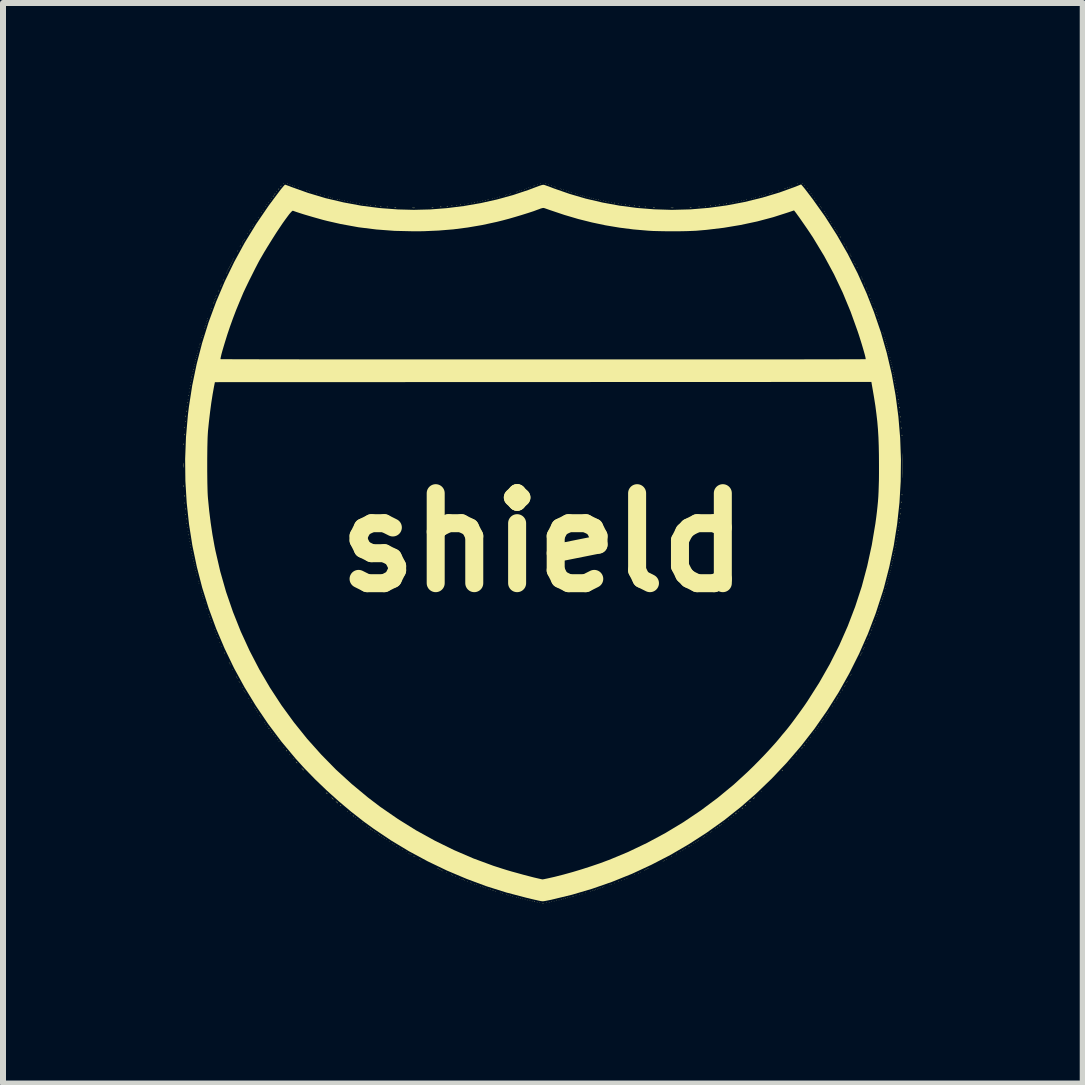
<source format=kicad_pcb>
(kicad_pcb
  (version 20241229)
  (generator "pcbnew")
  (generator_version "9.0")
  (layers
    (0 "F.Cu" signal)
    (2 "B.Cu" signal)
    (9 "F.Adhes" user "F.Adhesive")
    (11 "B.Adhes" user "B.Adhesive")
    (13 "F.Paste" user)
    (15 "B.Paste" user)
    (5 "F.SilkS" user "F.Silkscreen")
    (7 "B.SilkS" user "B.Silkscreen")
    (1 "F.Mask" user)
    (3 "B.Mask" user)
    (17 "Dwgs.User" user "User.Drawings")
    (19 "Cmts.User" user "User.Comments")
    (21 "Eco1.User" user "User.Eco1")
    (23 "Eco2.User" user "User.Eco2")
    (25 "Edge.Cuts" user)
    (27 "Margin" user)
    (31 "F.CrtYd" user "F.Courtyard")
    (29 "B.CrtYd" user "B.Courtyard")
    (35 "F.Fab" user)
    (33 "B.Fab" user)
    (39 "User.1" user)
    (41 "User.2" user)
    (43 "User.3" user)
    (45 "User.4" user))
  (footprint "shield"
    (layer "F.Cu")
    (at 5.998 5.992)
    (property "Reference" "shield" (at 0 0 0) (layer "F.SilkS") (effects (font (size 1.5 1.5) (thickness 0.3))))
    (attr board_only exclude_from_pos_files exclude_from_bom)
    (fp_poly (pts (xy -5.928 -2.261) (xy -5.932 -2.256) (xy -5.937 -2.261) (xy -5.932 -2.265)) (stroke (width 0) (type solid)) (fill yes) (layer "F.SilkS"))
    (fp_poly (pts (xy -5.918 -0.251) (xy -5.923 -0.247) (xy -5.928 -0.251) (xy -5.923 -0.256)) (stroke (width 0) (type solid)) (fill yes) (layer "F.SilkS"))
    (fp_poly (pts (xy -5.909 -2.388) (xy -5.914 -2.384) (xy -5.918 -2.388) (xy -5.914 -2.393)) (stroke (width 0) (type solid)) (fill yes) (layer "F.SilkS"))
    (fp_poly (pts (xy -5.909 -0.187) (xy -5.914 -0.183) (xy -5.918 -0.187) (xy -5.914 -0.192)) (stroke (width 0) (type solid)) (fill yes) (layer "F.SilkS"))
    (fp_poly (pts (xy -5.891 -2.507) (xy -5.896 -2.503) (xy -5.9 -2.507) (xy -5.896 -2.512)) (stroke (width 0) (type solid)) (fill yes) (layer "F.SilkS"))
    (fp_poly (pts (xy -5.891 -0.069) (xy -5.896 -0.064) (xy -5.9 -0.069) (xy -5.896 -0.073)) (stroke (width 0) (type solid)) (fill yes) (layer "F.SilkS"))
    (fp_poly (pts (xy -5.882 -2.562) (xy -5.886 -2.557) (xy -5.891 -2.562) (xy -5.886 -2.566)) (stroke (width 0) (type solid)) (fill yes) (layer "F.SilkS"))
    (fp_poly (pts (xy -5.882 -0.014) (xy -5.886 -0.009) (xy -5.891 -0.014) (xy -5.886 -0.018)) (stroke (width 0) (type solid)) (fill yes) (layer "F.SilkS"))
    (fp_poly (pts (xy -5.873 0.032) (xy -5.877 0.037) (xy -5.882 0.032) (xy -5.877 0.027)) (stroke (width 0) (type solid)) (fill yes) (layer "F.SilkS"))
    (fp_poly (pts (xy -5.864 -2.662) (xy -5.868 -2.658) (xy -5.873 -2.662) (xy -5.868 -2.667)) (stroke (width 0) (type solid)) (fill yes) (layer "F.SilkS"))
    (fp_poly (pts (xy -5.864 0.087) (xy -5.868 0.091) (xy -5.873 0.087) (xy -5.868 0.082)) (stroke (width 0) (type solid)) (fill yes) (layer "F.SilkS"))
    (fp_poly (pts (xy -5.855 -2.708) (xy -5.859 -2.703) (xy -5.864 -2.708) (xy -5.859 -2.713)) (stroke (width 0) (type solid)) (fill yes) (layer "F.SilkS"))
    (fp_poly (pts (xy -5.855 0.132) (xy -5.859 0.137) (xy -5.864 0.132) (xy -5.859 0.128)) (stroke (width 0) (type solid)) (fill yes) (layer "F.SilkS"))
    (fp_poly (pts (xy -5.845 0.178) (xy -5.85 0.183) (xy -5.855 0.178) (xy -5.85 0.174)) (stroke (width 0) (type solid)) (fill yes) (layer "F.SilkS"))
    (fp_poly (pts (xy -5.836 -2.799) (xy -5.841 -2.795) (xy -5.845 -2.799) (xy -5.841 -2.804)) (stroke (width 0) (type solid)) (fill yes) (layer "F.SilkS"))
    (fp_poly (pts (xy -5.836 0.224) (xy -5.841 0.228) (xy -5.845 0.224) (xy -5.841 0.219)) (stroke (width 0) (type solid)) (fill yes) (layer "F.SilkS"))
    (fp_poly (pts (xy -5.827 -2.845) (xy -5.832 -2.84) (xy -5.836 -2.845) (xy -5.832 -2.85)) (stroke (width 0) (type solid)) (fill yes) (layer "F.SilkS"))
    (fp_poly (pts (xy -5.827 0.269) (xy -5.832 0.274) (xy -5.836 0.269) (xy -5.832 0.265)) (stroke (width 0) (type solid)) (fill yes) (layer "F.SilkS"))
    (fp_poly (pts (xy -5.809 -2.927) (xy -5.813 -2.923) (xy -5.818 -2.927) (xy -5.813 -2.932)) (stroke (width 0) (type solid)) (fill yes) (layer "F.SilkS"))
    (fp_poly (pts (xy -5.809 0.352) (xy -5.813 0.356) (xy -5.818 0.352) (xy -5.813 0.347)) (stroke (width 0) (type solid)) (fill yes) (layer "F.SilkS"))
    (fp_poly (pts (xy -5.8 -2.964) (xy -5.804 -2.959) (xy -5.809 -2.964) (xy -5.804 -2.968)) (stroke (width 0) (type solid)) (fill yes) (layer "F.SilkS"))
    (fp_poly (pts (xy -5.8 0.388) (xy -5.804 0.393) (xy -5.809 0.388) (xy -5.804 0.384)) (stroke (width 0) (type solid)) (fill yes) (layer "F.SilkS"))
    (fp_poly (pts (xy -5.791 -3.009) (xy -5.795 -3.005) (xy -5.8 -3.009) (xy -5.795 -3.014)) (stroke (width 0) (type solid)) (fill yes) (layer "F.SilkS"))
    (fp_poly (pts (xy -5.791 0.425) (xy -5.795 0.429) (xy -5.8 0.425) (xy -5.795 0.42)) (stroke (width 0) (type solid)) (fill yes) (layer "F.SilkS"))
    (fp_poly (pts (xy -5.781 -3.046) (xy -5.786 -3.041) (xy -5.791 -3.046) (xy -5.786 -3.051)) (stroke (width 0) (type solid)) (fill yes) (layer "F.SilkS"))
    (fp_poly (pts (xy -5.781 0.47) (xy -5.786 0.475) (xy -5.791 0.47) (xy -5.786 0.466)) (stroke (width 0) (type solid)) (fill yes) (layer "F.SilkS"))
    (fp_poly (pts (xy -5.772 -3.083) (xy -5.777 -3.078) (xy -5.781 -3.083) (xy -5.777 -3.087)) (stroke (width 0) (type solid)) (fill yes) (layer "F.SilkS"))
    (fp_poly (pts (xy -5.772 0.507) (xy -5.777 0.511) (xy -5.781 0.507) (xy -5.777 0.502)) (stroke (width 0) (type solid)) (fill yes) (layer "F.SilkS"))
    (fp_poly (pts (xy -5.763 -3.119) (xy -5.768 -3.114) (xy -5.772 -3.119) (xy -5.768 -3.124)) (stroke (width 0) (type solid)) (fill yes) (layer "F.SilkS"))
    (fp_poly (pts (xy -5.763 0.543) (xy -5.768 0.548) (xy -5.772 0.543) (xy -5.768 0.539)) (stroke (width 0) (type solid)) (fill yes) (layer "F.SilkS"))
    (fp_poly (pts (xy -5.754 -3.156) (xy -5.759 -3.151) (xy -5.763 -3.156) (xy -5.759 -3.16)) (stroke (width 0) (type solid)) (fill yes) (layer "F.SilkS"))
    (fp_poly (pts (xy -5.745 -3.192) (xy -5.749 -3.188) (xy -5.754 -3.192) (xy -5.749 -3.197)) (stroke (width 0) (type solid)) (fill yes) (layer "F.SilkS"))
    (fp_poly (pts (xy -5.736 0.644) (xy -5.74 0.648) (xy -5.745 0.644) (xy -5.74 0.639)) (stroke (width 0) (type solid)) (fill yes) (layer "F.SilkS"))
    (fp_poly (pts (xy -5.727 -3.256) (xy -5.731 -3.251) (xy -5.736 -3.256) (xy -5.731 -3.261)) (stroke (width 0) (type solid)) (fill yes) (layer "F.SilkS"))
    (fp_poly (pts (xy -5.727 0.68) (xy -5.731 0.685) (xy -5.736 0.68) (xy -5.731 0.676)) (stroke (width 0) (type solid)) (fill yes) (layer "F.SilkS"))
    (fp_poly (pts (xy -5.718 -3.293) (xy -5.722 -3.288) (xy -5.727 -3.293) (xy -5.722 -3.297)) (stroke (width 0) (type solid)) (fill yes) (layer "F.SilkS"))
    (fp_poly (pts (xy -5.708 -3.32) (xy -5.713 -3.315) (xy -5.718 -3.32) (xy -5.713 -3.325)) (stroke (width 0) (type solid)) (fill yes) (layer "F.SilkS"))
    (fp_poly (pts (xy -5.69 0.808) (xy -5.695 0.813) (xy -5.699 0.808) (xy -5.695 0.804)) (stroke (width 0) (type solid)) (fill yes) (layer "F.SilkS"))
    (fp_poly (pts (xy -5.681 -3.42) (xy -5.686 -3.416) (xy -5.69 -3.42) (xy -5.686 -3.425)) (stroke (width 0) (type solid)) (fill yes) (layer "F.SilkS"))
    (fp_poly (pts (xy -5.681 0.836) (xy -5.686 0.84) (xy -5.69 0.836) (xy -5.686 0.831)) (stroke (width 0) (type solid)) (fill yes) (layer "F.SilkS"))
    (fp_poly (pts (xy -5.672 -3.448) (xy -5.676 -3.443) (xy -5.681 -3.448) (xy -5.676 -3.452)) (stroke (width 0) (type solid)) (fill yes) (layer "F.SilkS"))
    (fp_poly (pts (xy -5.672 0.872) (xy -5.676 0.877) (xy -5.681 0.872) (xy -5.676 0.868)) (stroke (width 0) (type solid)) (fill yes) (layer "F.SilkS"))
    (fp_poly (pts (xy -5.663 0.9) (xy -5.667 0.904) (xy -5.672 0.9) (xy -5.667 0.895)) (stroke (width 0) (type solid)) (fill yes) (layer "F.SilkS"))
    (fp_poly (pts (xy -5.654 0.927) (xy -5.658 0.932) (xy -5.663 0.927) (xy -5.658 0.922)) (stroke (width 0) (type solid)) (fill yes) (layer "F.SilkS"))
    (fp_poly (pts (xy -5.635 -3.567) (xy -5.64 -3.562) (xy -5.644 -3.567) (xy -5.64 -3.571)) (stroke (width 0) (type solid)) (fill yes) (layer "F.SilkS"))
    (fp_poly (pts (xy -5.626 -3.594) (xy -5.631 -3.589) (xy -5.635 -3.594) (xy -5.631 -3.599)) (stroke (width 0) (type solid)) (fill yes) (layer "F.SilkS"))
    (fp_poly (pts (xy -5.626 1.018) (xy -5.631 1.023) (xy -5.635 1.018) (xy -5.631 1.014)) (stroke (width 0) (type solid)) (fill yes) (layer "F.SilkS"))
    (fp_poly (pts (xy -5.617 -3.621) (xy -5.622 -3.617) (xy -5.626 -3.621) (xy -5.622 -3.626)) (stroke (width 0) (type solid)) (fill yes) (layer "F.SilkS"))
    (fp_poly (pts (xy -5.608 -3.649) (xy -5.612 -3.644) (xy -5.617 -3.649) (xy -5.612 -3.653)) (stroke (width 0) (type solid)) (fill yes) (layer "F.SilkS"))
    (fp_poly (pts (xy -5.599 -3.676) (xy -5.603 -3.672) (xy -5.608 -3.676) (xy -5.603 -3.681)) (stroke (width 0) (type solid)) (fill yes) (layer "F.SilkS"))
    (fp_poly (pts (xy -5.599 1.101) (xy -5.603 1.105) (xy -5.608 1.101) (xy -5.603 1.096)) (stroke (width 0) (type solid)) (fill yes) (layer "F.SilkS"))
    (fp_poly (pts (xy -5.59 -3.704) (xy -5.594 -3.699) (xy -5.599 -3.704) (xy -5.594 -3.708)) (stroke (width 0) (type solid)) (fill yes) (layer "F.SilkS"))
    (fp_poly (pts (xy -5.581 -3.731) (xy -5.585 -3.726) (xy -5.59 -3.731) (xy -5.585 -3.736)) (stroke (width 0) (type solid)) (fill yes) (layer "F.SilkS"))
    (fp_poly (pts (xy -5.562 1.201) (xy -5.567 1.206) (xy -5.571 1.201) (xy -5.567 1.196)) (stroke (width 0) (type solid)) (fill yes) (layer "F.SilkS"))
    (fp_poly (pts (xy -5.553 1.228) (xy -5.558 1.233) (xy -5.562 1.228) (xy -5.558 1.224)) (stroke (width 0) (type solid)) (fill yes) (layer "F.SilkS"))
    (fp_poly (pts (xy -5.544 1.256) (xy -5.549 1.26) (xy -5.553 1.256) (xy -5.549 1.251)) (stroke (width 0) (type solid)) (fill yes) (layer "F.SilkS"))
    (fp_poly (pts (xy -5.535 -3.859) (xy -5.539 -3.854) (xy -5.544 -3.859) (xy -5.539 -3.863)) (stroke (width 0) (type solid)) (fill yes) (layer "F.SilkS"))
    (fp_poly (pts (xy -5.535 1.283) (xy -5.539 1.288) (xy -5.544 1.283) (xy -5.539 1.279)) (stroke (width 0) (type solid)) (fill yes) (layer "F.SilkS"))
    (fp_poly (pts (xy -5.517 -3.905) (xy -5.521 -3.9) (xy -5.526 -3.905) (xy -5.521 -3.909)) (stroke (width 0) (type solid)) (fill yes) (layer "F.SilkS"))
    (fp_poly (pts (xy -5.517 1.329) (xy -5.521 1.333) (xy -5.526 1.329) (xy -5.521 1.324)) (stroke (width 0) (type solid)) (fill yes) (layer "F.SilkS"))
    (fp_poly (pts (xy -5.489 -3.978) (xy -5.494 -3.973) (xy -5.498 -3.978) (xy -5.494 -3.982)) (stroke (width 0) (type solid)) (fill yes) (layer "F.SilkS"))
    (fp_poly (pts (xy -5.48 -4.005) (xy -5.485 -4) (xy -5.489 -4.005) (xy -5.485 -4.01)) (stroke (width 0) (type solid)) (fill yes) (layer "F.SilkS"))
    (fp_poly (pts (xy -5.471 -4.023) (xy -5.475 -4.019) (xy -5.48 -4.023) (xy -5.475 -4.028)) (stroke (width 0) (type solid)) (fill yes) (layer "F.SilkS"))
    (fp_poly (pts (xy -5.471 1.448) (xy -5.475 1.452) (xy -5.48 1.448) (xy -5.475 1.443)) (stroke (width 0) (type solid)) (fill yes) (layer "F.SilkS"))
    (fp_poly (pts (xy -5.462 -4.051) (xy -5.466 -4.046) (xy -5.471 -4.051) (xy -5.466 -4.055)) (stroke (width 0) (type solid)) (fill yes) (layer "F.SilkS"))
    (fp_poly (pts (xy -5.453 -4.069) (xy -5.457 -4.064) (xy -5.462 -4.069) (xy -5.457 -4.073)) (stroke (width 0) (type solid)) (fill yes) (layer "F.SilkS"))
    (fp_poly (pts (xy -5.453 1.493) (xy -5.457 1.498) (xy -5.462 1.493) (xy -5.457 1.489)) (stroke (width 0) (type solid)) (fill yes) (layer "F.SilkS"))
    (fp_poly (pts (xy -5.444 -4.096) (xy -5.448 -4.092) (xy -5.453 -4.096) (xy -5.448 -4.101)) (stroke (width 0) (type solid)) (fill yes) (layer "F.SilkS"))
    (fp_poly (pts (xy -5.434 -4.115) (xy -5.439 -4.11) (xy -5.444 -4.115) (xy -5.439 -4.119)) (stroke (width 0) (type solid)) (fill yes) (layer "F.SilkS"))
    (fp_poly (pts (xy -5.434 1.539) (xy -5.439 1.544) (xy -5.444 1.539) (xy -5.439 1.534)) (stroke (width 0) (type solid)) (fill yes) (layer "F.SilkS"))
    (fp_poly (pts (xy -5.416 1.585) (xy -5.421 1.589) (xy -5.425 1.585) (xy -5.421 1.58)) (stroke (width 0) (type solid)) (fill yes) (layer "F.SilkS"))
    (fp_poly (pts (xy -5.407 -4.179) (xy -5.412 -4.174) (xy -5.416 -4.179) (xy -5.412 -4.183)) (stroke (width 0) (type solid)) (fill yes) (layer "F.SilkS"))
    (fp_poly (pts (xy -5.407 1.603) (xy -5.412 1.607) (xy -5.416 1.603) (xy -5.412 1.598)) (stroke (width 0) (type solid)) (fill yes) (layer "F.SilkS"))
    (fp_poly (pts (xy -5.398 -4.206) (xy -5.402 -4.201) (xy -5.407 -4.206) (xy -5.402 -4.21)) (stroke (width 0) (type solid)) (fill yes) (layer "F.SilkS"))
    (fp_poly (pts (xy -5.38 1.667) (xy -5.384 1.671) (xy -5.389 1.667) (xy -5.384 1.662)) (stroke (width 0) (type solid)) (fill yes) (layer "F.SilkS"))
    (fp_poly (pts (xy -5.37 -4.27) (xy -5.375 -4.265) (xy -5.38 -4.27) (xy -5.375 -4.274)) (stroke (width 0) (type solid)) (fill yes) (layer "F.SilkS"))
    (fp_poly (pts (xy -5.361 -4.288) (xy -5.366 -4.284) (xy -5.37 -4.288) (xy -5.366 -4.293)) (stroke (width 0) (type solid)) (fill yes) (layer "F.SilkS"))
    (fp_poly (pts (xy -5.352 -4.306) (xy -5.357 -4.302) (xy -5.361 -4.306) (xy -5.357 -4.311)) (stroke (width 0) (type solid)) (fill yes) (layer "F.SilkS"))
    (fp_poly (pts (xy -5.352 1.731) (xy -5.357 1.735) (xy -5.361 1.731) (xy -5.357 1.726)) (stroke (width 0) (type solid)) (fill yes) (layer "F.SilkS"))
    (fp_poly (pts (xy -5.325 -4.37) (xy -5.329 -4.366) (xy -5.334 -4.37) (xy -5.329 -4.375)) (stroke (width 0) (type solid)) (fill yes) (layer "F.SilkS"))
    (fp_poly (pts (xy -5.316 -4.389) (xy -5.32 -4.384) (xy -5.325 -4.389) (xy -5.32 -4.393)) (stroke (width 0) (type solid)) (fill yes) (layer "F.SilkS"))
    (fp_poly (pts (xy -5.307 1.831) (xy -5.311 1.836) (xy -5.316 1.831) (xy -5.311 1.827)) (stroke (width 0) (type solid)) (fill yes) (layer "F.SilkS"))
    (fp_poly (pts (xy -5.297 1.85) (xy -5.302 1.854) (xy -5.307 1.85) (xy -5.302 1.845)) (stroke (width 0) (type solid)) (fill yes) (layer "F.SilkS"))
    (fp_poly (pts (xy -5.27 -4.489) (xy -5.275 -4.485) (xy -5.279 -4.489) (xy -5.275 -4.494)) (stroke (width 0) (type solid)) (fill yes) (layer "F.SilkS"))
    (fp_poly (pts (xy -5.261 -4.507) (xy -5.265 -4.503) (xy -5.27 -4.507) (xy -5.265 -4.512)) (stroke (width 0) (type solid)) (fill yes) (layer "F.SilkS"))
    (fp_poly (pts (xy -5.252 -4.526) (xy -5.256 -4.521) (xy -5.261 -4.526) (xy -5.256 -4.53)) (stroke (width 0) (type solid)) (fill yes) (layer "F.SilkS"))
    (fp_poly (pts (xy -5.243 -4.544) (xy -5.247 -4.539) (xy -5.252 -4.544) (xy -5.247 -4.548)) (stroke (width 0) (type solid)) (fill yes) (layer "F.SilkS"))
    (fp_poly (pts (xy -5.233 -4.562) (xy -5.238 -4.558) (xy -5.243 -4.562) (xy -5.238 -4.567)) (stroke (width 0) (type solid)) (fill yes) (layer "F.SilkS"))
    (fp_poly (pts (xy -5.224 -4.58) (xy -5.229 -4.576) (xy -5.233 -4.58) (xy -5.229 -4.585)) (stroke (width 0) (type solid)) (fill yes) (layer "F.SilkS"))
    (fp_poly (pts (xy -5.224 2.005) (xy -5.229 2.009) (xy -5.233 2.005) (xy -5.229 2)) (stroke (width 0) (type solid)) (fill yes) (layer "F.SilkS"))
    (fp_poly (pts (xy -5.215 -4.599) (xy -5.22 -4.594) (xy -5.224 -4.599) (xy -5.22 -4.603)) (stroke (width 0) (type solid)) (fill yes) (layer "F.SilkS"))
    (fp_poly (pts (xy -5.215 2.023) (xy -5.22 2.028) (xy -5.224 2.023) (xy -5.22 2.018)) (stroke (width 0) (type solid)) (fill yes) (layer "F.SilkS"))
    (fp_poly (pts (xy -5.206 -4.617) (xy -5.211 -4.612) (xy -5.215 -4.617) (xy -5.211 -4.622)) (stroke (width 0) (type solid)) (fill yes) (layer "F.SilkS"))
    (fp_poly (pts (xy -5.206 2.041) (xy -5.211 2.046) (xy -5.215 2.041) (xy -5.211 2.037)) (stroke (width 0) (type solid)) (fill yes) (layer "F.SilkS"))
    (fp_poly (pts (xy -5.197 -4.635) (xy -5.201 -4.631) (xy -5.206 -4.635) (xy -5.201 -4.64)) (stroke (width 0) (type solid)) (fill yes) (layer "F.SilkS"))
    (fp_poly (pts (xy -5.188 -4.653) (xy -5.192 -4.649) (xy -5.197 -4.653) (xy -5.192 -4.658)) (stroke (width 0) (type solid)) (fill yes) (layer "F.SilkS"))
    (fp_poly (pts (xy -5.179 -4.672) (xy -5.183 -4.667) (xy -5.188 -4.672) (xy -5.183 -4.676)) (stroke (width 0) (type solid)) (fill yes) (layer "F.SilkS"))
    (fp_poly (pts (xy -5.17 -4.69) (xy -5.174 -4.685) (xy -5.179 -4.69) (xy -5.174 -4.695)) (stroke (width 0) (type solid)) (fill yes) (layer "F.SilkS"))
    (fp_poly (pts (xy -5.17 2.114) (xy -5.174 2.119) (xy -5.179 2.114) (xy -5.174 2.11)) (stroke (width 0) (type solid)) (fill yes) (layer "F.SilkS"))
    (fp_poly (pts (xy -5.16 -4.708) (xy -5.165 -4.704) (xy -5.17 -4.708) (xy -5.165 -4.713)) (stroke (width 0) (type solid)) (fill yes) (layer "F.SilkS"))
    (fp_poly (pts (xy -5.151 -4.727) (xy -5.156 -4.722) (xy -5.16 -4.727) (xy -5.156 -4.731)) (stroke (width 0) (type solid)) (fill yes) (layer "F.SilkS"))
    (fp_poly (pts (xy -5.106 2.233) (xy -5.11 2.238) (xy -5.115 2.233) (xy -5.11 2.229)) (stroke (width 0) (type solid)) (fill yes) (layer "F.SilkS"))
    (fp_poly (pts (xy -5.096 2.251) (xy -5.101 2.256) (xy -5.106 2.251) (xy -5.101 2.247)) (stroke (width 0) (type solid)) (fill yes) (layer "F.SilkS"))
    (fp_poly (pts (xy -5.087 -4.845) (xy -5.092 -4.841) (xy -5.096 -4.845) (xy -5.092 -4.85)) (stroke (width 0) (type solid)) (fill yes) (layer "F.SilkS"))
    (fp_poly (pts (xy -5.087 2.27) (xy -5.092 2.274) (xy -5.096 2.27) (xy -5.092 2.265)) (stroke (width 0) (type solid)) (fill yes) (layer "F.SilkS"))
    (fp_poly (pts (xy -5.078 -4.864) (xy -5.083 -4.859) (xy -5.087 -4.864) (xy -5.083 -4.868)) (stroke (width 0) (type solid)) (fill yes) (layer "F.SilkS"))
    (fp_poly (pts (xy -5.06 2.315) (xy -5.064 2.32) (xy -5.069 2.315) (xy -5.064 2.311)) (stroke (width 0) (type solid)) (fill yes) (layer "F.SilkS"))
    (fp_poly (pts (xy -5.051 2.334) (xy -5.055 2.338) (xy -5.06 2.334) (xy -5.055 2.329)) (stroke (width 0) (type solid)) (fill yes) (layer "F.SilkS"))
    (fp_poly (pts (xy -5.042 -4.927) (xy -5.046 -4.923) (xy -5.051 -4.927) (xy -5.046 -4.932)) (stroke (width 0) (type solid)) (fill yes) (layer "F.SilkS"))
    (fp_poly (pts (xy -5.033 -4.946) (xy -5.037 -4.941) (xy -5.042 -4.946) (xy -5.037 -4.95)) (stroke (width 0) (type solid)) (fill yes) (layer "F.SilkS"))
    (fp_poly (pts (xy -5.005 -4.991) (xy -5.01 -4.987) (xy -5.014 -4.991) (xy -5.01 -4.996)) (stroke (width 0) (type solid)) (fill yes) (layer "F.SilkS"))
    (fp_poly (pts (xy -5.005 2.416) (xy -5.01 2.42) (xy -5.014 2.416) (xy -5.01 2.411)) (stroke (width 0) (type solid)) (fill yes) (layer "F.SilkS"))
    (fp_poly (pts (xy -4.996 -5.01) (xy -5.001 -5.005) (xy -5.005 -5.01) (xy -5.001 -5.014)) (stroke (width 0) (type solid)) (fill yes) (layer "F.SilkS"))
    (fp_poly (pts (xy -4.978 -5.037) (xy -4.982 -5.033) (xy -4.987 -5.037) (xy -4.982 -5.042)) (stroke (width 0) (type solid)) (fill yes) (layer "F.SilkS"))
    (fp_poly (pts (xy -4.978 2.461) (xy -4.982 2.466) (xy -4.987 2.461) (xy -4.982 2.457)) (stroke (width 0) (type solid)) (fill yes) (layer "F.SilkS"))
    (fp_poly (pts (xy -4.969 -5.055) (xy -4.973 -5.051) (xy -4.978 -5.055) (xy -4.973 -5.06)) (stroke (width 0) (type solid)) (fill yes) (layer "F.SilkS"))
    (fp_poly (pts (xy -4.969 2.48) (xy -4.973 2.484) (xy -4.978 2.48) (xy -4.973 2.475)) (stroke (width 0) (type solid)) (fill yes) (layer "F.SilkS"))
    (fp_poly (pts (xy -4.95 2.507) (xy -4.955 2.512) (xy -4.959 2.507) (xy -4.955 2.503)) (stroke (width 0) (type solid)) (fill yes) (layer "F.SilkS"))
    (fp_poly (pts (xy -4.914 -5.147) (xy -4.918 -5.142) (xy -4.923 -5.147) (xy -4.918 -5.151)) (stroke (width 0) (type solid)) (fill yes) (layer "F.SilkS"))
    (fp_poly (pts (xy -4.896 2.598) (xy -4.9 2.603) (xy -4.905 2.598) (xy -4.9 2.594)) (stroke (width 0) (type solid)) (fill yes) (layer "F.SilkS"))
    (fp_poly (pts (xy -4.886 -5.192) (xy -4.891 -5.188) (xy -4.896 -5.192) (xy -4.891 -5.197)) (stroke (width 0) (type solid)) (fill yes) (layer "F.SilkS"))
    (fp_poly (pts (xy -4.868 -5.22) (xy -4.873 -5.215) (xy -4.877 -5.22) (xy -4.873 -5.224)) (stroke (width 0) (type solid)) (fill yes) (layer "F.SilkS"))
    (fp_poly (pts (xy -4.85 2.672) (xy -4.854 2.676) (xy -4.859 2.672) (xy -4.854 2.667)) (stroke (width 0) (type solid)) (fill yes) (layer "F.SilkS"))
    (fp_poly (pts (xy -4.841 -5.265) (xy -4.845 -5.261) (xy -4.85 -5.265) (xy -4.845 -5.27)) (stroke (width 0) (type solid)) (fill yes) (layer "F.SilkS"))
    (fp_poly (pts (xy -4.822 -5.293) (xy -4.827 -5.288) (xy -4.832 -5.293) (xy -4.827 -5.297)) (stroke (width 0) (type solid)) (fill yes) (layer "F.SilkS"))
    (fp_poly (pts (xy -4.804 2.745) (xy -4.809 2.749) (xy -4.813 2.745) (xy -4.809 2.74)) (stroke (width 0) (type solid)) (fill yes) (layer "F.SilkS"))
    (fp_poly (pts (xy -4.786 2.772) (xy -4.79 2.777) (xy -4.795 2.772) (xy -4.79 2.767)) (stroke (width 0) (type solid)) (fill yes) (layer "F.SilkS"))
    (fp_poly (pts (xy -4.777 -5.366) (xy -4.781 -5.361) (xy -4.786 -5.366) (xy -4.781 -5.37)) (stroke (width 0) (type solid)) (fill yes) (layer "F.SilkS"))
    (fp_poly (pts (xy -4.768 2.799) (xy -4.772 2.804) (xy -4.777 2.799) (xy -4.772 2.795)) (stroke (width 0) (type solid)) (fill yes) (layer "F.SilkS"))
    (fp_poly (pts (xy -4.749 2.827) (xy -4.754 2.831) (xy -4.759 2.827) (xy -4.754 2.822)) (stroke (width 0) (type solid)) (fill yes) (layer "F.SilkS"))
    (fp_poly (pts (xy -4.74 -5.421) (xy -4.745 -5.416) (xy -4.749 -5.421) (xy -4.745 -5.425)) (stroke (width 0) (type solid)) (fill yes) (layer "F.SilkS"))
    (fp_poly (pts (xy -4.713 2.882) (xy -4.717 2.886) (xy -4.722 2.882) (xy -4.717 2.877)) (stroke (width 0) (type solid)) (fill yes) (layer "F.SilkS"))
    (fp_poly (pts (xy -4.695 2.909) (xy -4.699 2.914) (xy -4.704 2.909) (xy -4.699 2.904)) (stroke (width 0) (type solid)) (fill yes) (layer "F.SilkS"))
    (fp_poly (pts (xy -4.685 -5.503) (xy -4.69 -5.498) (xy -4.695 -5.503) (xy -4.69 -5.507)) (stroke (width 0) (type solid)) (fill yes) (layer "F.SilkS"))
    (fp_poly (pts (xy -4.658 -5.539) (xy -4.663 -5.535) (xy -4.667 -5.539) (xy -4.663 -5.544)) (stroke (width 0) (type solid)) (fill yes) (layer "F.SilkS"))
    (fp_poly (pts (xy -4.631 3) (xy -4.635 3.005) (xy -4.64 3) (xy -4.635 2.996)) (stroke (width 0) (type solid)) (fill yes) (layer "F.SilkS"))
    (fp_poly (pts (xy -4.612 -5.603) (xy -4.617 -5.599) (xy -4.622 -5.603) (xy -4.617 -5.608)) (stroke (width 0) (type solid)) (fill yes) (layer "F.SilkS"))
    (fp_poly (pts (xy -4.612 3.028) (xy -4.617 3.032) (xy -4.622 3.028) (xy -4.617 3.023)) (stroke (width 0) (type solid)) (fill yes) (layer "F.SilkS"))
    (fp_poly (pts (xy -4.594 -5.631) (xy -4.599 -5.626) (xy -4.603 -5.631) (xy -4.599 -5.635)) (stroke (width 0) (type solid)) (fill yes) (layer "F.SilkS"))
    (fp_poly (pts (xy -4.585 3.064) (xy -4.59 3.069) (xy -4.594 3.064) (xy -4.59 3.06)) (stroke (width 0) (type solid)) (fill yes) (layer "F.SilkS"))
    (fp_poly (pts (xy -4.567 -5.667) (xy -4.571 -5.663) (xy -4.576 -5.667) (xy -4.571 -5.672)) (stroke (width 0) (type solid)) (fill yes) (layer "F.SilkS"))
    (fp_poly (pts (xy -4.539 -5.704) (xy -4.544 -5.699) (xy -4.548 -5.704) (xy -4.544 -5.708)) (stroke (width 0) (type solid)) (fill yes) (layer "F.SilkS"))
    (fp_poly (pts (xy -4.539 3.128) (xy -4.544 3.133) (xy -4.548 3.128) (xy -4.544 3.124)) (stroke (width 0) (type solid)) (fill yes) (layer "F.SilkS"))
    (fp_poly (pts (xy -4.521 -5.731) (xy -4.526 -5.727) (xy -4.53 -5.731) (xy -4.526 -5.736)) (stroke (width 0) (type solid)) (fill yes) (layer "F.SilkS"))
    (fp_poly (pts (xy -4.512 3.165) (xy -4.516 3.169) (xy -4.521 3.165) (xy -4.516 3.16)) (stroke (width 0) (type solid)) (fill yes) (layer "F.SilkS"))
    (fp_poly (pts (xy -4.485 3.201) (xy -4.489 3.206) (xy -4.494 3.201) (xy -4.489 3.197)) (stroke (width 0) (type solid)) (fill yes) (layer "F.SilkS"))
    (fp_poly (pts (xy -4.457 3.238) (xy -4.462 3.242) (xy -4.466 3.238) (xy -4.462 3.233)) (stroke (width 0) (type solid)) (fill yes) (layer "F.SilkS"))
    (fp_poly (pts (xy -4.43 -5.85) (xy -4.434 -5.845) (xy -4.439 -5.85) (xy -4.434 -5.855)) (stroke (width 0) (type solid)) (fill yes) (layer "F.SilkS"))
    (fp_poly (pts (xy -4.421 3.283) (xy -4.425 3.288) (xy -4.43 3.283) (xy -4.425 3.279)) (stroke (width 0) (type solid)) (fill yes) (layer "F.SilkS"))
    (fp_poly (pts (xy -4.393 3.32) (xy -4.398 3.325) (xy -4.402 3.32) (xy -4.398 3.315)) (stroke (width 0) (type solid)) (fill yes) (layer "F.SilkS"))
    (fp_poly (pts (xy -4.32 -5.987) (xy -4.325 -5.982) (xy -4.329 -5.987) (xy -4.325 -5.992)) (stroke (width 0) (type solid)) (fill yes) (layer "F.SilkS"))
    (fp_poly (pts (xy -4.311 3.42) (xy -4.316 3.425) (xy -4.32 3.42) (xy -4.316 3.416)) (stroke (width 0) (type solid)) (fill yes) (layer "F.SilkS"))
    (fp_poly (pts (xy -4.256 -5.987) (xy -4.261 -5.982) (xy -4.265 -5.987) (xy -4.261 -5.992)) (stroke (width 0) (type solid)) (fill yes) (layer "F.SilkS"))
    (fp_poly (pts (xy -4.22 3.53) (xy -4.224 3.535) (xy -4.229 3.53) (xy -4.224 3.525)) (stroke (width 0) (type solid)) (fill yes) (layer "F.SilkS"))
    (fp_poly (pts (xy -4.21 -5.969) (xy -4.215 -5.964) (xy -4.22 -5.969) (xy -4.215 -5.973)) (stroke (width 0) (type solid)) (fill yes) (layer "F.SilkS"))
    (fp_poly (pts (xy -4.165 -5.95) (xy -4.169 -5.946) (xy -4.174 -5.95) (xy -4.169 -5.955)) (stroke (width 0) (type solid)) (fill yes) (layer "F.SilkS"))
    (fp_poly (pts (xy -4.156 3.603) (xy -4.16 3.608) (xy -4.165 3.603) (xy -4.16 3.599)) (stroke (width 0) (type solid)) (fill yes) (layer "F.SilkS"))
    (fp_poly (pts (xy -4.137 -5.941) (xy -4.142 -5.937) (xy -4.147 -5.941) (xy -4.142 -5.946)) (stroke (width 0) (type solid)) (fill yes) (layer "F.SilkS"))
    (fp_poly (pts (xy -4.064 -5.914) (xy -4.069 -5.909) (xy -4.073 -5.914) (xy -4.069 -5.918)) (stroke (width 0) (type solid)) (fill yes) (layer "F.SilkS"))
    (fp_poly (pts (xy -3.936 -5.868) (xy -3.941 -5.864) (xy -3.946 -5.868) (xy -3.941 -5.873)) (stroke (width 0) (type solid)) (fill yes) (layer "F.SilkS"))
    (fp_poly (pts (xy -3.909 -5.859) (xy -3.914 -5.855) (xy -3.918 -5.859) (xy -3.914 -5.864)) (stroke (width 0) (type solid)) (fill yes) (layer "F.SilkS"))
    (fp_poly (pts (xy -3.882 -5.85) (xy -3.886 -5.845) (xy -3.891 -5.85) (xy -3.886 -5.855)) (stroke (width 0) (type solid)) (fill yes) (layer "F.SilkS"))
    (fp_poly (pts (xy -3.763 -5.813) (xy -3.768 -5.809) (xy -3.772 -5.813) (xy -3.768 -5.818)) (stroke (width 0) (type solid)) (fill yes) (layer "F.SilkS"))
    (fp_poly (pts (xy -3.699 -5.795) (xy -3.704 -5.791) (xy -3.708 -5.795) (xy -3.704 -5.8)) (stroke (width 0) (type solid)) (fill yes) (layer "F.SilkS"))
    (fp_poly (pts (xy -3.635 -5.777) (xy -3.64 -5.772) (xy -3.644 -5.777) (xy -3.64 -5.781)) (stroke (width 0) (type solid)) (fill yes) (layer "F.SilkS"))
    (fp_poly (pts (xy -3.535 -5.749) (xy -3.539 -5.745) (xy -3.544 -5.749) (xy -3.539 -5.754)) (stroke (width 0) (type solid)) (fill yes) (layer "F.SilkS"))
    (fp_poly (pts (xy -3.498 -5.74) (xy -3.503 -5.736) (xy -3.507 -5.74) (xy -3.503 -5.745)) (stroke (width 0) (type solid)) (fill yes) (layer "F.SilkS"))
    (fp_poly (pts (xy -3.379 -5.713) (xy -3.384 -5.708) (xy -3.388 -5.713) (xy -3.384 -5.718)) (stroke (width 0) (type solid)) (fill yes) (layer "F.SilkS"))
    (fp_poly (pts (xy -3.343 -5.704) (xy -3.347 -5.699) (xy -3.352 -5.704) (xy -3.347 -5.708)) (stroke (width 0) (type solid)) (fill yes) (layer "F.SilkS"))
    (fp_poly (pts (xy -3.297 -5.695) (xy -3.302 -5.69) (xy -3.306 -5.695) (xy -3.302 -5.699)) (stroke (width 0) (type solid)) (fill yes) (layer "F.SilkS"))
    (fp_poly (pts (xy -3.251 -5.686) (xy -3.256 -5.681) (xy -3.261 -5.686) (xy -3.256 -5.69)) (stroke (width 0) (type solid)) (fill yes) (layer "F.SilkS"))
    (fp_poly (pts (xy -3.251 4.48) (xy -3.256 4.485) (xy -3.261 4.48) (xy -3.256 4.475)) (stroke (width 0) (type solid)) (fill yes) (layer "F.SilkS"))
    (fp_poly (pts (xy -3.206 -5.676) (xy -3.21 -5.672) (xy -3.215 -5.676) (xy -3.21 -5.681)) (stroke (width 0) (type solid)) (fill yes) (layer "F.SilkS"))
    (fp_poly (pts (xy -3.206 4.516) (xy -3.21 4.521) (xy -3.215 4.516) (xy -3.21 4.512)) (stroke (width 0) (type solid)) (fill yes) (layer "F.SilkS"))
    (fp_poly (pts (xy -3.16 -5.667) (xy -3.165 -5.663) (xy -3.169 -5.667) (xy -3.165 -5.672)) (stroke (width 0) (type solid)) (fill yes) (layer "F.SilkS"))
    (fp_poly (pts (xy -3.114 4.59) (xy -3.119 4.594) (xy -3.124 4.59) (xy -3.119 4.585)) (stroke (width 0) (type solid)) (fill yes) (layer "F.SilkS"))
    (fp_poly (pts (xy -3.105 -5.658) (xy -3.11 -5.654) (xy -3.114 -5.658) (xy -3.11 -5.663)) (stroke (width 0) (type solid)) (fill yes) (layer "F.SilkS"))
    (fp_poly (pts (xy -3.078 4.617) (xy -3.083 4.622) (xy -3.087 4.617) (xy -3.083 4.612)) (stroke (width 0) (type solid)) (fill yes) (layer "F.SilkS"))
    (fp_poly (pts (xy -3.051 -5.649) (xy -3.055 -5.644) (xy -3.06 -5.649) (xy -3.055 -5.654)) (stroke (width 0) (type solid)) (fill yes) (layer "F.SilkS"))
    (fp_poly (pts (xy -3.005 4.672) (xy -3.009 4.676) (xy -3.014 4.672) (xy -3.009 4.667)) (stroke (width 0) (type solid)) (fill yes) (layer "F.SilkS"))
    (fp_poly (pts (xy -2.996 -5.64) (xy -3 -5.635) (xy -3.005 -5.64) (xy -3 -5.644)) (stroke (width 0) (type solid)) (fill yes) (layer "F.SilkS"))
    (fp_poly (pts (xy -2.932 4.727) (xy -2.936 4.731) (xy -2.941 4.727) (xy -2.936 4.722)) (stroke (width 0) (type solid)) (fill yes) (layer "F.SilkS"))
    (fp_poly (pts (xy -2.895 4.754) (xy -2.9 4.759) (xy -2.904 4.754) (xy -2.9 4.749)) (stroke (width 0) (type solid)) (fill yes) (layer "F.SilkS"))
    (fp_poly (pts (xy -2.831 4.8) (xy -2.836 4.804) (xy -2.84 4.8) (xy -2.836 4.795)) (stroke (width 0) (type solid)) (fill yes) (layer "F.SilkS"))
    (fp_poly (pts (xy -2.804 4.818) (xy -2.809 4.822) (xy -2.813 4.818) (xy -2.809 4.813)) (stroke (width 0) (type solid)) (fill yes) (layer "F.SilkS"))
    (fp_poly (pts (xy -2.777 4.836) (xy -2.781 4.841) (xy -2.786 4.836) (xy -2.781 4.832)) (stroke (width 0) (type solid)) (fill yes) (layer "F.SilkS"))
    (fp_poly (pts (xy -2.74 4.864) (xy -2.745 4.868) (xy -2.749 4.864) (xy -2.745 4.859)) (stroke (width 0) (type solid)) (fill yes) (layer "F.SilkS"))
    (fp_poly (pts (xy -2.713 4.882) (xy -2.717 4.886) (xy -2.722 4.882) (xy -2.717 4.877)) (stroke (width 0) (type solid)) (fill yes) (layer "F.SilkS"))
    (fp_poly (pts (xy -2.685 4.9) (xy -2.69 4.905) (xy -2.694 4.9) (xy -2.69 4.896)) (stroke (width 0) (type solid)) (fill yes) (layer "F.SilkS"))
    (fp_poly (pts (xy -2.658 4.918) (xy -2.662 4.923) (xy -2.667 4.918) (xy -2.662 4.914)) (stroke (width 0) (type solid)) (fill yes) (layer "F.SilkS"))
    (fp_poly (pts (xy -2.63 4.937) (xy -2.635 4.941) (xy -2.64 4.937) (xy -2.635 4.932)) (stroke (width 0) (type solid)) (fill yes) (layer "F.SilkS"))
    (fp_poly (pts (xy -2.603 4.955) (xy -2.608 4.959) (xy -2.612 4.955) (xy -2.608 4.95)) (stroke (width 0) (type solid)) (fill yes) (layer "F.SilkS"))
    (fp_poly (pts (xy -2.557 4.982) (xy -2.562 4.987) (xy -2.566 4.982) (xy -2.562 4.978)) (stroke (width 0) (type solid)) (fill yes) (layer "F.SilkS"))
    (fp_poly (pts (xy -2.503 5.019) (xy -2.507 5.023) (xy -2.512 5.019) (xy -2.507 5.014)) (stroke (width 0) (type solid)) (fill yes) (layer "F.SilkS"))
    (fp_poly (pts (xy -2.475 5.037) (xy -2.48 5.042) (xy -2.484 5.037) (xy -2.48 5.033)) (stroke (width 0) (type solid)) (fill yes) (layer "F.SilkS"))
    (fp_poly (pts (xy -2.429 5.064) (xy -2.434 5.069) (xy -2.439 5.064) (xy -2.434 5.06)) (stroke (width 0) (type solid)) (fill yes) (layer "F.SilkS"))
    (fp_poly (pts (xy -2.384 5.092) (xy -2.388 5.096) (xy -2.393 5.092) (xy -2.388 5.087)) (stroke (width 0) (type solid)) (fill yes) (layer "F.SilkS"))
    (fp_poly (pts (xy -2.338 5.119) (xy -2.343 5.124) (xy -2.347 5.119) (xy -2.343 5.115)) (stroke (width 0) (type solid)) (fill yes) (layer "F.SilkS"))
    (fp_poly (pts (xy -2.274 5.156) (xy -2.279 5.16) (xy -2.283 5.156) (xy -2.279 5.151)) (stroke (width 0) (type solid)) (fill yes) (layer "F.SilkS"))
    (fp_poly (pts (xy -2.229 5.183) (xy -2.233 5.188) (xy -2.238 5.183) (xy -2.233 5.179)) (stroke (width 0) (type solid)) (fill yes) (layer "F.SilkS"))
    (fp_poly (pts (xy -2.21 5.192) (xy -2.215 5.197) (xy -2.219 5.192) (xy -2.215 5.188)) (stroke (width 0) (type solid)) (fill yes) (layer "F.SilkS"))
    (fp_poly (pts (xy -2.192 5.201) (xy -2.197 5.206) (xy -2.201 5.201) (xy -2.197 5.197)) (stroke (width 0) (type solid)) (fill yes) (layer "F.SilkS"))
    (fp_poly (pts (xy -2.146 5.229) (xy -2.151 5.233) (xy -2.155 5.229) (xy -2.151 5.224)) (stroke (width 0) (type solid)) (fill yes) (layer "F.SilkS"))
    (fp_poly (pts (xy -2.128 5.238) (xy -2.133 5.243) (xy -2.137 5.238) (xy -2.133 5.233)) (stroke (width 0) (type solid)) (fill yes) (layer "F.SilkS"))
    (fp_poly (pts (xy -2.046 5.284) (xy -2.05 5.288) (xy -2.055 5.284) (xy -2.05 5.279)) (stroke (width 0) (type solid)) (fill yes) (layer "F.SilkS"))
    (fp_poly (pts (xy -2.028 5.293) (xy -2.032 5.297) (xy -2.037 5.293) (xy -2.032 5.288)) (stroke (width 0) (type solid)) (fill yes) (layer "F.SilkS"))
    (fp_poly (pts (xy -1.754 5.43) (xy -1.758 5.434) (xy -1.763 5.43) (xy -1.758 5.425)) (stroke (width 0) (type solid)) (fill yes) (layer "F.SilkS"))
    (fp_poly (pts (xy -1.735 5.439) (xy -1.74 5.444) (xy -1.744 5.439) (xy -1.74 5.434)) (stroke (width 0) (type solid)) (fill yes) (layer "F.SilkS"))
    (fp_poly (pts (xy -1.717 5.448) (xy -1.722 5.453) (xy -1.726 5.448) (xy -1.722 5.444)) (stroke (width 0) (type solid)) (fill yes) (layer "F.SilkS"))
    (fp_poly (pts (xy -1.699 5.457) (xy -1.703 5.462) (xy -1.708 5.457) (xy -1.703 5.453)) (stroke (width 0) (type solid)) (fill yes) (layer "F.SilkS"))
    (fp_poly (pts (xy -1.681 5.466) (xy -1.685 5.471) (xy -1.69 5.466) (xy -1.685 5.462)) (stroke (width 0) (type solid)) (fill yes) (layer "F.SilkS"))
    (fp_poly (pts (xy -1.662 5.475) (xy -1.667 5.48) (xy -1.671 5.475) (xy -1.667 5.471)) (stroke (width 0) (type solid)) (fill yes) (layer "F.SilkS"))
    (fp_poly (pts (xy -1.598 5.503) (xy -1.603 5.507) (xy -1.607 5.503) (xy -1.603 5.498)) (stroke (width 0) (type solid)) (fill yes) (layer "F.SilkS"))
    (fp_poly (pts (xy -1.516 5.539) (xy -1.521 5.544) (xy -1.525 5.539) (xy -1.521 5.535)) (stroke (width 0) (type solid)) (fill yes) (layer "F.SilkS"))
    (fp_poly (pts (xy -1.498 5.549) (xy -1.502 5.553) (xy -1.507 5.549) (xy -1.502 5.544)) (stroke (width 0) (type solid)) (fill yes) (layer "F.SilkS"))
    (fp_poly (pts (xy -1.452 5.567) (xy -1.457 5.571) (xy -1.461 5.567) (xy -1.457 5.562)) (stroke (width 0) (type solid)) (fill yes) (layer "F.SilkS"))
    (fp_poly (pts (xy -1.388 5.594) (xy -1.393 5.599) (xy -1.397 5.594) (xy -1.393 5.59)) (stroke (width 0) (type solid)) (fill yes) (layer "F.SilkS"))
    (fp_poly (pts (xy -1.343 5.612) (xy -1.347 5.617) (xy -1.352 5.612) (xy -1.347 5.608)) (stroke (width 0) (type solid)) (fill yes) (layer "F.SilkS"))
    (fp_poly (pts (xy -1.315 5.622) (xy -1.32 5.626) (xy -1.324 5.622) (xy -1.32 5.617)) (stroke (width 0) (type solid)) (fill yes) (layer "F.SilkS"))
    (fp_poly (pts (xy -1.297 -5.64) (xy -1.302 -5.635) (xy -1.306 -5.64) (xy -1.302 -5.644)) (stroke (width 0) (type solid)) (fill yes) (layer "F.SilkS"))
    (fp_poly (pts (xy -1.297 5.631) (xy -1.302 5.635) (xy -1.306 5.631) (xy -1.302 5.626)) (stroke (width 0) (type solid)) (fill yes) (layer "F.SilkS"))
    (fp_poly (pts (xy -1.251 5.649) (xy -1.256 5.654) (xy -1.26 5.649) (xy -1.256 5.644)) (stroke (width 0) (type solid)) (fill yes) (layer "F.SilkS"))
    (fp_poly (pts (xy -1.242 -5.649) (xy -1.247 -5.644) (xy -1.251 -5.649) (xy -1.247 -5.654)) (stroke (width 0) (type solid)) (fill yes) (layer "F.SilkS"))
    (fp_poly (pts (xy -1.206 5.667) (xy -1.21 5.672) (xy -1.215 5.667) (xy -1.21 5.663)) (stroke (width 0) (type solid)) (fill yes) (layer "F.SilkS"))
    (fp_poly (pts (xy -1.187 -5.658) (xy -1.192 -5.654) (xy -1.196 -5.658) (xy -1.192 -5.663)) (stroke (width 0) (type solid)) (fill yes) (layer "F.SilkS"))
    (fp_poly (pts (xy -1.178 5.676) (xy -1.183 5.681) (xy -1.187 5.676) (xy -1.183 5.672)) (stroke (width 0) (type solid)) (fill yes) (layer "F.SilkS"))
    (fp_poly (pts (xy -1.133 5.695) (xy -1.137 5.699) (xy -1.142 5.695) (xy -1.137 5.69)) (stroke (width 0) (type solid)) (fill yes) (layer "F.SilkS"))
    (fp_poly (pts (xy -1.105 5.704) (xy -1.11 5.708) (xy -1.114 5.704) (xy -1.11 5.699)) (stroke (width 0) (type solid)) (fill yes) (layer "F.SilkS"))
    (fp_poly (pts (xy -1.087 -5.676) (xy -1.091 -5.672) (xy -1.096 -5.676) (xy -1.091 -5.681)) (stroke (width 0) (type solid)) (fill yes) (layer "F.SilkS"))
    (fp_poly (pts (xy -1.041 -5.686) (xy -1.046 -5.681) (xy -1.05 -5.686) (xy -1.046 -5.69)) (stroke (width 0) (type solid)) (fill yes) (layer "F.SilkS"))
    (fp_poly (pts (xy -1.032 5.731) (xy -1.037 5.736) (xy -1.041 5.731) (xy -1.037 5.727)) (stroke (width 0) (type solid)) (fill yes) (layer "F.SilkS"))
    (fp_poly (pts (xy -1.005 5.74) (xy -1.009 5.745) (xy -1.014 5.74) (xy -1.009 5.736)) (stroke (width 0) (type solid)) (fill yes) (layer "F.SilkS"))
    (fp_poly (pts (xy -0.996 -5.695) (xy -1 -5.69) (xy -1.005 -5.695) (xy -1 -5.699)) (stroke (width 0) (type solid)) (fill yes) (layer "F.SilkS"))
    (fp_poly (pts (xy -0.977 5.749) (xy -0.982 5.754) (xy -0.986 5.749) (xy -0.982 5.745)) (stroke (width 0) (type solid)) (fill yes) (layer "F.SilkS"))
    (fp_poly (pts (xy -0.95 5.759) (xy -0.954 5.763) (xy -0.959 5.759) (xy -0.954 5.754)) (stroke (width 0) (type solid)) (fill yes) (layer "F.SilkS"))
    (fp_poly (pts (xy -0.895 5.777) (xy -0.9 5.781) (xy -0.904 5.777) (xy -0.9 5.772)) (stroke (width 0) (type solid)) (fill yes) (layer "F.SilkS"))
    (fp_poly (pts (xy -0.868 5.786) (xy -0.872 5.791) (xy -0.877 5.786) (xy -0.872 5.781)) (stroke (width 0) (type solid)) (fill yes) (layer "F.SilkS"))
    (fp_poly (pts (xy -0.84 5.795) (xy -0.845 5.8) (xy -0.849 5.795) (xy -0.845 5.791)) (stroke (width 0) (type solid)) (fill yes) (layer "F.SilkS"))
    (fp_poly (pts (xy -0.831 -5.731) (xy -0.836 -5.727) (xy -0.84 -5.731) (xy -0.836 -5.736)) (stroke (width 0) (type solid)) (fill yes) (layer "F.SilkS"))
    (fp_poly (pts (xy -0.813 5.804) (xy -0.817 5.809) (xy -0.822 5.804) (xy -0.817 5.8)) (stroke (width 0) (type solid)) (fill yes) (layer "F.SilkS"))
    (fp_poly (pts (xy -0.795 -5.74) (xy -0.799 -5.736) (xy -0.804 -5.74) (xy -0.799 -5.745)) (stroke (width 0) (type solid)) (fill yes) (layer "F.SilkS"))
    (fp_poly (pts (xy -0.785 5.813) (xy -0.79 5.818) (xy -0.795 5.813) (xy -0.79 5.809)) (stroke (width 0) (type solid)) (fill yes) (layer "F.SilkS"))
    (fp_poly (pts (xy -0.758 -5.749) (xy -0.763 -5.745) (xy -0.767 -5.749) (xy -0.763 -5.754)) (stroke (width 0) (type solid)) (fill yes) (layer "F.SilkS"))
    (fp_poly (pts (xy -0.722 -5.759) (xy -0.726 -5.754) (xy -0.731 -5.759) (xy -0.726 -5.763)) (stroke (width 0) (type solid)) (fill yes) (layer "F.SilkS"))
    (fp_poly (pts (xy -0.694 5.841) (xy -0.699 5.845) (xy -0.703 5.841) (xy -0.699 5.836)) (stroke (width 0) (type solid)) (fill yes) (layer "F.SilkS"))
    (fp_poly (pts (xy -0.667 5.85) (xy -0.671 5.855) (xy -0.676 5.85) (xy -0.671 5.845)) (stroke (width 0) (type solid)) (fill yes) (layer "F.SilkS"))
    (fp_poly (pts (xy -0.621 -5.786) (xy -0.626 -5.781) (xy -0.63 -5.786) (xy -0.626 -5.791)) (stroke (width 0) (type solid)) (fill yes) (layer "F.SilkS"))
    (fp_poly (pts (xy -0.603 5.868) (xy -0.607 5.873) (xy -0.612 5.868) (xy -0.607 5.864)) (stroke (width 0) (type solid)) (fill yes) (layer "F.SilkS"))
    (fp_poly (pts (xy -0.594 -5.795) (xy -0.598 -5.791) (xy -0.603 -5.795) (xy -0.598 -5.8)) (stroke (width 0) (type solid)) (fill yes) (layer "F.SilkS"))
    (fp_poly (pts (xy -0.575 5.877) (xy -0.58 5.882) (xy -0.585 5.877) (xy -0.58 5.873)) (stroke (width 0) (type solid)) (fill yes) (layer "F.SilkS"))
    (fp_poly (pts (xy -0.557 -5.804) (xy -0.562 -5.8) (xy -0.566 -5.804) (xy -0.562 -5.809)) (stroke (width 0) (type solid)) (fill yes) (layer "F.SilkS"))
    (fp_poly (pts (xy -0.539 5.886) (xy -0.543 5.891) (xy -0.548 5.886) (xy -0.543 5.882)) (stroke (width 0) (type solid)) (fill yes) (layer "F.SilkS"))
    (fp_poly (pts (xy -0.53 -5.813) (xy -0.534 -5.809) (xy -0.539 -5.813) (xy -0.534 -5.818)) (stroke (width 0) (type solid)) (fill yes) (layer "F.SilkS"))
    (fp_poly (pts (xy -0.502 5.896) (xy -0.507 5.9) (xy -0.511 5.896) (xy -0.507 5.891)) (stroke (width 0) (type solid)) (fill yes) (layer "F.SilkS"))
    (fp_poly (pts (xy -0.438 -5.841) (xy -0.443 -5.836) (xy -0.448 -5.841) (xy -0.443 -5.845)) (stroke (width 0) (type solid)) (fill yes) (layer "F.SilkS"))
    (fp_poly (pts (xy -0.438 5.914) (xy -0.443 5.918) (xy -0.448 5.914) (xy -0.443 5.909)) (stroke (width 0) (type solid)) (fill yes) (layer "F.SilkS"))
    (fp_poly (pts (xy -0.411 -5.85) (xy -0.416 -5.845) (xy -0.42 -5.85) (xy -0.416 -5.855)) (stroke (width 0) (type solid)) (fill yes) (layer "F.SilkS"))
    (fp_poly (pts (xy -0.402 5.923) (xy -0.406 5.928) (xy -0.411 5.923) (xy -0.406 5.918)) (stroke (width 0) (type solid)) (fill yes) (layer "F.SilkS"))
    (fp_poly (pts (xy -0.384 -5.859) (xy -0.388 -5.855) (xy -0.393 -5.859) (xy -0.388 -5.864)) (stroke (width 0) (type solid)) (fill yes) (layer "F.SilkS"))
    (fp_poly (pts (xy -0.365 5.932) (xy -0.37 5.937) (xy -0.374 5.932) (xy -0.37 5.928)) (stroke (width 0) (type solid)) (fill yes) (layer "F.SilkS"))
    (fp_poly (pts (xy -0.356 -5.868) (xy -0.361 -5.864) (xy -0.365 -5.868) (xy -0.361 -5.873)) (stroke (width 0) (type solid)) (fill yes) (layer "F.SilkS"))
    (fp_poly (pts (xy -0.329 5.941) (xy -0.333 5.946) (xy -0.338 5.941) (xy -0.333 5.937)) (stroke (width 0) (type solid)) (fill yes) (layer "F.SilkS"))
    (fp_poly (pts (xy -0.301 -5.886) (xy -0.306 -5.882) (xy -0.311 -5.886) (xy -0.306 -5.891)) (stroke (width 0) (type solid)) (fill yes) (layer "F.SilkS"))
    (fp_poly (pts (xy -0.292 5.95) (xy -0.297 5.955) (xy -0.301 5.95) (xy -0.297 5.946)) (stroke (width 0) (type solid)) (fill yes) (layer "F.SilkS"))
    (fp_poly (pts (xy -0.274 -5.896) (xy -0.279 -5.891) (xy -0.283 -5.896) (xy -0.279 -5.9)) (stroke (width 0) (type solid)) (fill yes) (layer "F.SilkS"))
    (fp_poly (pts (xy -0.256 5.96) (xy -0.26 5.964) (xy -0.265 5.96) (xy -0.26 5.955)) (stroke (width 0) (type solid)) (fill yes) (layer "F.SilkS"))
    (fp_poly (pts (xy -0.228 -5.914) (xy -0.233 -5.909) (xy -0.237 -5.914) (xy -0.233 -5.918)) (stroke (width 0) (type solid)) (fill yes) (layer "F.SilkS"))
    (fp_poly (pts (xy -0.21 5.969) (xy -0.215 5.973) (xy -0.219 5.969) (xy -0.215 5.964)) (stroke (width 0) (type solid)) (fill yes) (layer "F.SilkS"))
    (fp_poly (pts (xy -0.201 -5.923) (xy -0.206 -5.918) (xy -0.21 -5.923) (xy -0.206 -5.928)) (stroke (width 0) (type solid)) (fill yes) (layer "F.SilkS"))
    (fp_poly (pts (xy -0.174 5.978) (xy -0.178 5.982) (xy -0.183 5.978) (xy -0.178 5.973)) (stroke (width 0) (type solid)) (fill yes) (layer "F.SilkS"))
    (fp_poly (pts (xy -0.155 -5.941) (xy -0.16 -5.937) (xy -0.164 -5.941) (xy -0.16 -5.946)) (stroke (width 0) (type solid)) (fill yes) (layer "F.SilkS"))
    (fp_poly (pts (xy -0.128 -5.95) (xy -0.132 -5.946) (xy -0.137 -5.95) (xy -0.132 -5.955)) (stroke (width 0) (type solid)) (fill yes) (layer "F.SilkS"))
    (fp_poly (pts (xy -0.091 5.996) (xy -0.096 6.001) (xy -0.1 5.996) (xy -0.096 5.992)) (stroke (width 0) (type solid)) (fill yes) (layer "F.SilkS"))
    (fp_poly (pts (xy -0.082 -5.969) (xy -0.087 -5.964) (xy -0.091 -5.969) (xy -0.087 -5.973)) (stroke (width 0) (type solid)) (fill yes) (layer "F.SilkS"))
    (fp_poly (pts (xy -0.046 6.005) (xy -0.05 6.01) (xy -0.055 6.005) (xy -0.05 6.001)) (stroke (width 0) (type solid)) (fill yes) (layer "F.SilkS"))
    (fp_poly (pts (xy -0.037 -5.987) (xy -0.041 -5.982) (xy -0.046 -5.987) (xy -0.041 -5.992)) (stroke (width 0) (type solid)) (fill yes) (layer "F.SilkS"))
    (fp_poly (pts (xy 0 6.014) (xy -0.005 6.019) (xy -0.009 6.014) (xy -0.005 6.01)) (stroke (width 0) (type solid)) (fill yes) (layer "F.SilkS"))
    (fp_poly (pts (xy 0.018 6.014) (xy 0.014 6.019) (xy 0.009 6.014) (xy 0.014 6.01)) (stroke (width 0) (type solid)) (fill yes) (layer "F.SilkS"))
    (fp_poly (pts (xy 0.055 -5.987) (xy 0.05 -5.982) (xy 0.046 -5.987) (xy 0.05 -5.992)) (stroke (width 0) (type solid)) (fill yes) (layer "F.SilkS"))
    (fp_poly (pts (xy 0.064 6.005) (xy 0.059 6.01) (xy 0.055 6.005) (xy 0.059 6.001)) (stroke (width 0) (type solid)) (fill yes) (layer "F.SilkS"))
    (fp_poly (pts (xy 0.1 -5.969) (xy 0.096 -5.964) (xy 0.091 -5.969) (xy 0.096 -5.973)) (stroke (width 0) (type solid)) (fill yes) (layer "F.SilkS"))
    (fp_poly (pts (xy 0.11 5.996) (xy 0.105 6.001) (xy 0.1 5.996) (xy 0.105 5.992)) (stroke (width 0) (type solid)) (fill yes) (layer "F.SilkS"))
    (fp_poly (pts (xy 0.146 -5.95) (xy 0.142 -5.946) (xy 0.137 -5.95) (xy 0.142 -5.955)) (stroke (width 0) (type solid)) (fill yes) (layer "F.SilkS"))
    (fp_poly (pts (xy 0.146 5.987) (xy 0.142 5.992) (xy 0.137 5.987) (xy 0.142 5.982)) (stroke (width 0) (type solid)) (fill yes) (layer "F.SilkS"))
    (fp_poly (pts (xy 0.192 -5.932) (xy 0.187 -5.928) (xy 0.183 -5.932) (xy 0.187 -5.937)) (stroke (width 0) (type solid)) (fill yes) (layer "F.SilkS"))
    (fp_poly (pts (xy 0.192 5.978) (xy 0.187 5.982) (xy 0.183 5.978) (xy 0.187 5.973)) (stroke (width 0) (type solid)) (fill yes) (layer "F.SilkS"))
    (fp_poly (pts (xy 0.219 -5.923) (xy 0.215 -5.918) (xy 0.21 -5.923) (xy 0.215 -5.928)) (stroke (width 0) (type solid)) (fill yes) (layer "F.SilkS"))
    (fp_poly (pts (xy 0.228 5.969) (xy 0.224 5.973) (xy 0.219 5.969) (xy 0.224 5.964)) (stroke (width 0) (type solid)) (fill yes) (layer "F.SilkS"))
    (fp_poly (pts (xy 0.274 5.96) (xy 0.269 5.964) (xy 0.265 5.96) (xy 0.269 5.955)) (stroke (width 0) (type solid)) (fill yes) (layer "F.SilkS"))
    (fp_poly (pts (xy 0.292 -5.896) (xy 0.288 -5.891) (xy 0.283 -5.896) (xy 0.288 -5.9)) (stroke (width 0) (type solid)) (fill yes) (layer "F.SilkS"))
    (fp_poly (pts (xy 0.311 5.95) (xy 0.306 5.955) (xy 0.301 5.95) (xy 0.306 5.946)) (stroke (width 0) (type solid)) (fill yes) (layer "F.SilkS"))
    (fp_poly (pts (xy 0.32 -5.886) (xy 0.315 -5.882) (xy 0.311 -5.886) (xy 0.315 -5.891)) (stroke (width 0) (type solid)) (fill yes) (layer "F.SilkS"))
    (fp_poly (pts (xy 0.347 -5.877) (xy 0.343 -5.873) (xy 0.338 -5.877) (xy 0.343 -5.882)) (stroke (width 0) (type solid)) (fill yes) (layer "F.SilkS"))
    (fp_poly (pts (xy 0.347 5.941) (xy 0.343 5.946) (xy 0.338 5.941) (xy 0.343 5.937)) (stroke (width 0) (type solid)) (fill yes) (layer "F.SilkS"))
    (fp_poly (pts (xy 0.384 5.932) (xy 0.379 5.937) (xy 0.374 5.932) (xy 0.379 5.928)) (stroke (width 0) (type solid)) (fill yes) (layer "F.SilkS"))
    (fp_poly (pts (xy 0.402 -5.859) (xy 0.397 -5.855) (xy 0.393 -5.859) (xy 0.397 -5.864)) (stroke (width 0) (type solid)) (fill yes) (layer "F.SilkS"))
    (fp_poly (pts (xy 0.42 5.923) (xy 0.416 5.928) (xy 0.411 5.923) (xy 0.416 5.918)) (stroke (width 0) (type solid)) (fill yes) (layer "F.SilkS"))
    (fp_poly (pts (xy 0.429 -5.85) (xy 0.425 -5.845) (xy 0.42 -5.85) (xy 0.425 -5.855)) (stroke (width 0) (type solid)) (fill yes) (layer "F.SilkS"))
    (fp_poly (pts (xy 0.457 -5.841) (xy 0.452 -5.836) (xy 0.448 -5.841) (xy 0.452 -5.845)) (stroke (width 0) (type solid)) (fill yes) (layer "F.SilkS"))
    (fp_poly (pts (xy 0.457 5.914) (xy 0.452 5.918) (xy 0.448 5.914) (xy 0.452 5.909)) (stroke (width 0) (type solid)) (fill yes) (layer "F.SilkS"))
    (fp_poly (pts (xy 0.484 -5.832) (xy 0.48 -5.827) (xy 0.475 -5.832) (xy 0.48 -5.836)) (stroke (width 0) (type solid)) (fill yes) (layer "F.SilkS"))
    (fp_poly (pts (xy 0.493 5.905) (xy 0.489 5.909) (xy 0.484 5.905) (xy 0.489 5.9)) (stroke (width 0) (type solid)) (fill yes) (layer "F.SilkS"))
    (fp_poly (pts (xy 0.521 5.896) (xy 0.516 5.9) (xy 0.511 5.896) (xy 0.516 5.891)) (stroke (width 0) (type solid)) (fill yes) (layer "F.SilkS"))
    (fp_poly (pts (xy 0.548 -5.813) (xy 0.543 -5.809) (xy 0.539 -5.813) (xy 0.543 -5.818)) (stroke (width 0) (type solid)) (fill yes) (layer "F.SilkS"))
    (fp_poly (pts (xy 0.557 5.886) (xy 0.553 5.891) (xy 0.548 5.886) (xy 0.553 5.882)) (stroke (width 0) (type solid)) (fill yes) (layer "F.SilkS"))
    (fp_poly (pts (xy 0.575 -5.804) (xy 0.571 -5.8) (xy 0.566 -5.804) (xy 0.571 -5.809)) (stroke (width 0) (type solid)) (fill yes) (layer "F.SilkS"))
    (fp_poly (pts (xy 0.621 5.868) (xy 0.617 5.873) (xy 0.612 5.868) (xy 0.617 5.864)) (stroke (width 0) (type solid)) (fill yes) (layer "F.SilkS"))
    (fp_poly (pts (xy 0.639 -5.786) (xy 0.635 -5.781) (xy 0.63 -5.786) (xy 0.635 -5.791)) (stroke (width 0) (type solid)) (fill yes) (layer "F.SilkS"))
    (fp_poly (pts (xy 0.658 5.859) (xy 0.653 5.864) (xy 0.648 5.859) (xy 0.653 5.855)) (stroke (width 0) (type solid)) (fill yes) (layer "F.SilkS"))
    (fp_poly (pts (xy 0.703 -5.768) (xy 0.699 -5.763) (xy 0.694 -5.768) (xy 0.699 -5.772)) (stroke (width 0) (type solid)) (fill yes) (layer "F.SilkS"))
    (fp_poly (pts (xy 0.712 5.841) (xy 0.708 5.845) (xy 0.703 5.841) (xy 0.708 5.836)) (stroke (width 0) (type solid)) (fill yes) (layer "F.SilkS"))
    (fp_poly (pts (xy 0.74 -5.759) (xy 0.735 -5.754) (xy 0.731 -5.759) (xy 0.735 -5.763)) (stroke (width 0) (type solid)) (fill yes) (layer "F.SilkS"))
    (fp_poly (pts (xy 0.776 -5.749) (xy 0.772 -5.745) (xy 0.767 -5.749) (xy 0.772 -5.754)) (stroke (width 0) (type solid)) (fill yes) (layer "F.SilkS"))
    (fp_poly (pts (xy 0.804 5.813) (xy 0.799 5.818) (xy 0.795 5.813) (xy 0.799 5.809)) (stroke (width 0) (type solid)) (fill yes) (layer "F.SilkS"))
    (fp_poly (pts (xy 0.813 -5.74) (xy 0.808 -5.736) (xy 0.804 -5.74) (xy 0.808 -5.745)) (stroke (width 0) (type solid)) (fill yes) (layer "F.SilkS"))
    (fp_poly (pts (xy 0.831 5.804) (xy 0.827 5.809) (xy 0.822 5.804) (xy 0.827 5.8)) (stroke (width 0) (type solid)) (fill yes) (layer "F.SilkS"))
    (fp_poly (pts (xy 0.849 -5.731) (xy 0.845 -5.727) (xy 0.84 -5.731) (xy 0.845 -5.736)) (stroke (width 0) (type solid)) (fill yes) (layer "F.SilkS"))
    (fp_poly (pts (xy 0.859 5.795) (xy 0.854 5.8) (xy 0.849 5.795) (xy 0.854 5.791)) (stroke (width 0) (type solid)) (fill yes) (layer "F.SilkS"))
    (fp_poly (pts (xy 0.886 5.786) (xy 0.881 5.791) (xy 0.877 5.786) (xy 0.881 5.781)) (stroke (width 0) (type solid)) (fill yes) (layer "F.SilkS"))
    (fp_poly (pts (xy 0.913 5.777) (xy 0.909 5.781) (xy 0.904 5.777) (xy 0.909 5.772)) (stroke (width 0) (type solid)) (fill yes) (layer "F.SilkS"))
    (fp_poly (pts (xy 0.932 -5.713) (xy 0.927 -5.708) (xy 0.922 -5.713) (xy 0.927 -5.718)) (stroke (width 0) (type solid)) (fill yes) (layer "F.SilkS"))
    (fp_poly (pts (xy 0.941 5.768) (xy 0.936 5.772) (xy 0.932 5.768) (xy 0.936 5.763)) (stroke (width 0) (type solid)) (fill yes) (layer "F.SilkS"))
    (fp_poly (pts (xy 0.968 -5.704) (xy 0.964 -5.699) (xy 0.959 -5.704) (xy 0.964 -5.708)) (stroke (width 0) (type solid)) (fill yes) (layer "F.SilkS"))
    (fp_poly (pts (xy 0.968 5.759) (xy 0.964 5.763) (xy 0.959 5.759) (xy 0.964 5.754)) (stroke (width 0) (type solid)) (fill yes) (layer "F.SilkS"))
    (fp_poly (pts (xy 0.996 5.749) (xy 0.991 5.754) (xy 0.986 5.749) (xy 0.991 5.745)) (stroke (width 0) (type solid)) (fill yes) (layer "F.SilkS"))
    (fp_poly (pts (xy 1.014 -5.695) (xy 1.009 -5.69) (xy 1.005 -5.695) (xy 1.009 -5.699)) (stroke (width 0) (type solid)) (fill yes) (layer "F.SilkS"))
    (fp_poly (pts (xy 1.023 5.74) (xy 1.018 5.745) (xy 1.014 5.74) (xy 1.018 5.736)) (stroke (width 0) (type solid)) (fill yes) (layer "F.SilkS"))
    (fp_poly (pts (xy 1.105 -5.676) (xy 1.101 -5.672) (xy 1.096 -5.676) (xy 1.101 -5.681)) (stroke (width 0) (type solid)) (fill yes) (layer "F.SilkS"))
    (fp_poly (pts (xy 1.123 5.704) (xy 1.119 5.708) (xy 1.114 5.704) (xy 1.119 5.699)) (stroke (width 0) (type solid)) (fill yes) (layer "F.SilkS"))
    (fp_poly (pts (xy 1.151 -5.667) (xy 1.146 -5.663) (xy 1.142 -5.667) (xy 1.146 -5.672)) (stroke (width 0) (type solid)) (fill yes) (layer "F.SilkS"))
    (fp_poly (pts (xy 1.151 5.695) (xy 1.146 5.699) (xy 1.142 5.695) (xy 1.146 5.69)) (stroke (width 0) (type solid)) (fill yes) (layer "F.SilkS"))
    (fp_poly (pts (xy 1.196 5.676) (xy 1.192 5.681) (xy 1.187 5.676) (xy 1.192 5.672)) (stroke (width 0) (type solid)) (fill yes) (layer "F.SilkS"))
    (fp_poly (pts (xy 1.26 -5.649) (xy 1.256 -5.644) (xy 1.251 -5.649) (xy 1.256 -5.654)) (stroke (width 0) (type solid)) (fill yes) (layer "F.SilkS"))
    (fp_poly (pts (xy 1.27 5.649) (xy 1.265 5.654) (xy 1.26 5.649) (xy 1.265 5.644)) (stroke (width 0) (type solid)) (fill yes) (layer "F.SilkS"))
    (fp_poly (pts (xy 1.315 -5.64) (xy 1.311 -5.635) (xy 1.306 -5.64) (xy 1.311 -5.644)) (stroke (width 0) (type solid)) (fill yes) (layer "F.SilkS"))
    (fp_poly (pts (xy 1.315 5.631) (xy 1.311 5.635) (xy 1.306 5.631) (xy 1.311 5.626)) (stroke (width 0) (type solid)) (fill yes) (layer "F.SilkS"))
    (fp_poly (pts (xy 1.361 5.612) (xy 1.356 5.617) (xy 1.352 5.612) (xy 1.356 5.608)) (stroke (width 0) (type solid)) (fill yes) (layer "F.SilkS"))
    (fp_poly (pts (xy 1.407 5.594) (xy 1.402 5.599) (xy 1.397 5.594) (xy 1.402 5.59)) (stroke (width 0) (type solid)) (fill yes) (layer "F.SilkS"))
    (fp_poly (pts (xy 1.534 5.539) (xy 1.53 5.544) (xy 1.525 5.539) (xy 1.53 5.535)) (stroke (width 0) (type solid)) (fill yes) (layer "F.SilkS"))
    (fp_poly (pts (xy 1.598 5.512) (xy 1.594 5.517) (xy 1.589 5.512) (xy 1.594 5.507)) (stroke (width 0) (type solid)) (fill yes) (layer "F.SilkS"))
    (fp_poly (pts (xy 1.635 5.494) (xy 1.63 5.498) (xy 1.626 5.494) (xy 1.63 5.489)) (stroke (width 0) (type solid)) (fill yes) (layer "F.SilkS"))
    (fp_poly (pts (xy 1.699 5.466) (xy 1.694 5.471) (xy 1.69 5.466) (xy 1.694 5.462)) (stroke (width 0) (type solid)) (fill yes) (layer "F.SilkS"))
    (fp_poly (pts (xy 1.717 5.457) (xy 1.713 5.462) (xy 1.708 5.457) (xy 1.713 5.453)) (stroke (width 0) (type solid)) (fill yes) (layer "F.SilkS"))
    (fp_poly (pts (xy 1.735 5.448) (xy 1.731 5.453) (xy 1.726 5.448) (xy 1.731 5.444)) (stroke (width 0) (type solid)) (fill yes) (layer "F.SilkS"))
    (fp_poly (pts (xy 1.754 5.439) (xy 1.749 5.444) (xy 1.744 5.439) (xy 1.749 5.434)) (stroke (width 0) (type solid)) (fill yes) (layer "F.SilkS"))
    (fp_poly (pts (xy 1.772 5.43) (xy 1.767 5.434) (xy 1.763 5.43) (xy 1.767 5.425)) (stroke (width 0) (type solid)) (fill yes) (layer "F.SilkS"))
    (fp_poly (pts (xy 2.009 5.311) (xy 2.005 5.316) (xy 2 5.311) (xy 2.005 5.307)) (stroke (width 0) (type solid)) (fill yes) (layer "F.SilkS"))
    (fp_poly (pts (xy 2.028 5.302) (xy 2.023 5.307) (xy 2.018 5.302) (xy 2.023 5.297)) (stroke (width 0) (type solid)) (fill yes) (layer "F.SilkS"))
    (fp_poly (pts (xy 2.064 5.284) (xy 2.06 5.288) (xy 2.055 5.284) (xy 2.06 5.279)) (stroke (width 0) (type solid)) (fill yes) (layer "F.SilkS"))
    (fp_poly (pts (xy 2.146 5.238) (xy 2.142 5.243) (xy 2.137 5.238) (xy 2.142 5.233)) (stroke (width 0) (type solid)) (fill yes) (layer "F.SilkS"))
    (fp_poly (pts (xy 2.229 5.192) (xy 2.224 5.197) (xy 2.219 5.192) (xy 2.224 5.188)) (stroke (width 0) (type solid)) (fill yes) (layer "F.SilkS"))
    (fp_poly (pts (xy 2.292 5.156) (xy 2.288 5.16) (xy 2.283 5.156) (xy 2.288 5.151)) (stroke (width 0) (type solid)) (fill yes) (layer "F.SilkS"))
    (fp_poly (pts (xy 2.338 5.128) (xy 2.334 5.133) (xy 2.329 5.128) (xy 2.334 5.124)) (stroke (width 0) (type solid)) (fill yes) (layer "F.SilkS"))
    (fp_poly (pts (xy 2.356 5.119) (xy 2.352 5.124) (xy 2.347 5.119) (xy 2.352 5.115)) (stroke (width 0) (type solid)) (fill yes) (layer "F.SilkS"))
    (fp_poly (pts (xy 2.384 5.101) (xy 2.379 5.106) (xy 2.375 5.101) (xy 2.379 5.096)) (stroke (width 0) (type solid)) (fill yes) (layer "F.SilkS"))
    (fp_poly (pts (xy 2.429 5.074) (xy 2.425 5.078) (xy 2.42 5.074) (xy 2.425 5.069)) (stroke (width 0) (type solid)) (fill yes) (layer "F.SilkS"))
    (fp_poly (pts (xy 2.448 5.064) (xy 2.443 5.069) (xy 2.439 5.064) (xy 2.443 5.06)) (stroke (width 0) (type solid)) (fill yes) (layer "F.SilkS"))
    (fp_poly (pts (xy 2.475 5.046) (xy 2.471 5.051) (xy 2.466 5.046) (xy 2.471 5.042)) (stroke (width 0) (type solid)) (fill yes) (layer "F.SilkS"))
    (fp_poly (pts (xy 2.521 5.019) (xy 2.516 5.023) (xy 2.512 5.019) (xy 2.516 5.014)) (stroke (width 0) (type solid)) (fill yes) (layer "F.SilkS"))
    (fp_poly (pts (xy 2.548 5.001) (xy 2.544 5.005) (xy 2.539 5.001) (xy 2.544 4.996)) (stroke (width 0) (type solid)) (fill yes) (layer "F.SilkS"))
    (fp_poly (pts (xy 2.576 4.982) (xy 2.571 4.987) (xy 2.566 4.982) (xy 2.571 4.978)) (stroke (width 0) (type solid)) (fill yes) (layer "F.SilkS"))
    (fp_poly (pts (xy 2.603 4.964) (xy 2.598 4.969) (xy 2.594 4.964) (xy 2.598 4.959)) (stroke (width 0) (type solid)) (fill yes) (layer "F.SilkS"))
    (fp_poly (pts (xy 2.676 4.918) (xy 2.672 4.923) (xy 2.667 4.918) (xy 2.672 4.914)) (stroke (width 0) (type solid)) (fill yes) (layer "F.SilkS"))
    (fp_poly (pts (xy 2.703 4.9) (xy 2.699 4.905) (xy 2.694 4.9) (xy 2.699 4.896)) (stroke (width 0) (type solid)) (fill yes) (layer "F.SilkS"))
    (fp_poly (pts (xy 2.74 4.873) (xy 2.735 4.877) (xy 2.731 4.873) (xy 2.735 4.868)) (stroke (width 0) (type solid)) (fill yes) (layer "F.SilkS"))
    (fp_poly (pts (xy 2.795 4.836) (xy 2.79 4.841) (xy 2.786 4.836) (xy 2.79 4.832)) (stroke (width 0) (type solid)) (fill yes) (layer "F.SilkS"))
    (fp_poly (pts (xy 2.822 4.818) (xy 2.818 4.822) (xy 2.813 4.818) (xy 2.818 4.813)) (stroke (width 0) (type solid)) (fill yes) (layer "F.SilkS"))
    (fp_poly (pts (xy 2.886 4.772) (xy 2.882 4.777) (xy 2.877 4.772) (xy 2.882 4.768)) (stroke (width 0) (type solid)) (fill yes) (layer "F.SilkS"))
    (fp_poly (pts (xy 2.914 4.754) (xy 2.909 4.759) (xy 2.904 4.754) (xy 2.909 4.749)) (stroke (width 0) (type solid)) (fill yes) (layer "F.SilkS"))
    (fp_poly (pts (xy 2.987 4.699) (xy 2.982 4.704) (xy 2.977 4.699) (xy 2.982 4.695)) (stroke (width 0) (type solid)) (fill yes) (layer "F.SilkS"))
    (fp_poly (pts (xy 3.014 -5.64) (xy 3.009 -5.635) (xy 3.005 -5.64) (xy 3.009 -5.644)) (stroke (width 0) (type solid)) (fill yes) (layer "F.SilkS"))
    (fp_poly (pts (xy 3.023 4.672) (xy 3.019 4.676) (xy 3.014 4.672) (xy 3.019 4.667)) (stroke (width 0) (type solid)) (fill yes) (layer "F.SilkS"))
    (fp_poly (pts (xy 3.096 4.617) (xy 3.092 4.622) (xy 3.087 4.617) (xy 3.092 4.612)) (stroke (width 0) (type solid)) (fill yes) (layer "F.SilkS"))
    (fp_poly (pts (xy 3.124 -5.658) (xy 3.119 -5.654) (xy 3.114 -5.658) (xy 3.119 -5.663)) (stroke (width 0) (type solid)) (fill yes) (layer "F.SilkS"))
    (fp_poly (pts (xy 3.142 4.58) (xy 3.137 4.585) (xy 3.133 4.58) (xy 3.137 4.576)) (stroke (width 0) (type solid)) (fill yes) (layer "F.SilkS"))
    (fp_poly (pts (xy 3.178 4.553) (xy 3.174 4.558) (xy 3.169 4.553) (xy 3.174 4.548)) (stroke (width 0) (type solid)) (fill yes) (layer "F.SilkS"))
    (fp_poly (pts (xy 3.224 -5.676) (xy 3.22 -5.672) (xy 3.215 -5.676) (xy 3.22 -5.681)) (stroke (width 0) (type solid)) (fill yes) (layer "F.SilkS"))
    (fp_poly (pts (xy 3.27 -5.686) (xy 3.265 -5.681) (xy 3.261 -5.686) (xy 3.265 -5.69)) (stroke (width 0) (type solid)) (fill yes) (layer "F.SilkS"))
    (fp_poly (pts (xy 3.27 4.48) (xy 3.265 4.485) (xy 3.261 4.48) (xy 3.265 4.475)) (stroke (width 0) (type solid)) (fill yes) (layer "F.SilkS"))
    (fp_poly (pts (xy 3.315 -5.695) (xy 3.311 -5.69) (xy 3.306 -5.695) (xy 3.311 -5.699)) (stroke (width 0) (type solid)) (fill yes) (layer "F.SilkS"))
    (fp_poly (pts (xy 3.398 -5.713) (xy 3.393 -5.708) (xy 3.388 -5.713) (xy 3.393 -5.718)) (stroke (width 0) (type solid)) (fill yes) (layer "F.SilkS"))
    (fp_poly (pts (xy 3.48 -5.731) (xy 3.475 -5.727) (xy 3.471 -5.731) (xy 3.475 -5.736)) (stroke (width 0) (type solid)) (fill yes) (layer "F.SilkS"))
    (fp_poly (pts (xy 3.516 -5.74) (xy 3.512 -5.736) (xy 3.507 -5.74) (xy 3.512 -5.745)) (stroke (width 0) (type solid)) (fill yes) (layer "F.SilkS"))
    (fp_poly (pts (xy 3.553 -5.749) (xy 3.548 -5.745) (xy 3.544 -5.749) (xy 3.548 -5.754)) (stroke (width 0) (type solid)) (fill yes) (layer "F.SilkS"))
    (fp_poly (pts (xy 3.617 -5.768) (xy 3.612 -5.763) (xy 3.608 -5.768) (xy 3.612 -5.772)) (stroke (width 0) (type solid)) (fill yes) (layer "F.SilkS"))
    (fp_poly (pts (xy 3.644 4.151) (xy 3.64 4.156) (xy 3.635 4.151) (xy 3.64 4.147)) (stroke (width 0) (type solid)) (fill yes) (layer "F.SilkS"))
    (fp_poly (pts (xy 3.653 -5.777) (xy 3.649 -5.772) (xy 3.644 -5.777) (xy 3.649 -5.781)) (stroke (width 0) (type solid)) (fill yes) (layer "F.SilkS"))
    (fp_poly (pts (xy 3.69 -5.786) (xy 3.685 -5.781) (xy 3.681 -5.786) (xy 3.685 -5.791)) (stroke (width 0) (type solid)) (fill yes) (layer "F.SilkS"))
    (fp_poly (pts (xy 3.717 -5.795) (xy 3.713 -5.791) (xy 3.708 -5.795) (xy 3.713 -5.8)) (stroke (width 0) (type solid)) (fill yes) (layer "F.SilkS"))
    (fp_poly (pts (xy 3.781 -5.813) (xy 3.777 -5.809) (xy 3.772 -5.813) (xy 3.777 -5.818)) (stroke (width 0) (type solid)) (fill yes) (layer "F.SilkS"))
    (fp_poly (pts (xy 3.809 -5.823) (xy 3.804 -5.818) (xy 3.799 -5.823) (xy 3.804 -5.827)) (stroke (width 0) (type solid)) (fill yes) (layer "F.SilkS"))
    (fp_poly (pts (xy 3.836 -5.832) (xy 3.831 -5.827) (xy 3.827 -5.832) (xy 3.831 -5.836)) (stroke (width 0) (type solid)) (fill yes) (layer "F.SilkS"))
    (fp_poly (pts (xy 3.927 -5.859) (xy 3.923 -5.855) (xy 3.918 -5.859) (xy 3.923 -5.864)) (stroke (width 0) (type solid)) (fill yes) (layer "F.SilkS"))
    (fp_poly (pts (xy 4.028 -5.896) (xy 4.023 -5.891) (xy 4.019 -5.896) (xy 4.023 -5.9)) (stroke (width 0) (type solid)) (fill yes) (layer "F.SilkS"))
    (fp_poly (pts (xy 4.055 -5.905) (xy 4.051 -5.9) (xy 4.046 -5.905) (xy 4.051 -5.909)) (stroke (width 0) (type solid)) (fill yes) (layer "F.SilkS"))
    (fp_poly (pts (xy 4.083 -5.914) (xy 4.078 -5.909) (xy 4.073 -5.914) (xy 4.078 -5.918)) (stroke (width 0) (type solid)) (fill yes) (layer "F.SilkS"))
    (fp_poly (pts (xy 4.11 -5.923) (xy 4.105 -5.918) (xy 4.101 -5.923) (xy 4.105 -5.928)) (stroke (width 0) (type solid)) (fill yes) (layer "F.SilkS"))
    (fp_poly (pts (xy 4.11 3.676) (xy 4.105 3.681) (xy 4.101 3.676) (xy 4.105 3.672)) (stroke (width 0) (type solid)) (fill yes) (layer "F.SilkS"))
    (fp_poly (pts (xy 4.156 -5.941) (xy 4.151 -5.937) (xy 4.147 -5.941) (xy 4.151 -5.946)) (stroke (width 0) (type solid)) (fill yes) (layer "F.SilkS"))
    (fp_poly (pts (xy 4.174 3.603) (xy 4.169 3.608) (xy 4.165 3.603) (xy 4.169 3.599)) (stroke (width 0) (type solid)) (fill yes) (layer "F.SilkS"))
    (fp_poly (pts (xy 4.229 3.539) (xy 4.224 3.544) (xy 4.22 3.539) (xy 4.224 3.535)) (stroke (width 0) (type solid)) (fill yes) (layer "F.SilkS"))
    (fp_poly (pts (xy 4.247 -5.978) (xy 4.242 -5.973) (xy 4.238 -5.978) (xy 4.242 -5.982)) (stroke (width 0) (type solid)) (fill yes) (layer "F.SilkS"))
    (fp_poly (pts (xy 4.284 3.475) (xy 4.279 3.48) (xy 4.274 3.475) (xy 4.279 3.471)) (stroke (width 0) (type solid)) (fill yes) (layer "F.SilkS"))
    (fp_poly (pts (xy 4.338 -5.987) (xy 4.334 -5.982) (xy 4.329 -5.987) (xy 4.334 -5.992)) (stroke (width 0) (type solid)) (fill yes) (layer "F.SilkS"))
    (fp_poly (pts (xy 4.366 -5.95) (xy 4.361 -5.946) (xy 4.357 -5.95) (xy 4.361 -5.955)) (stroke (width 0) (type solid)) (fill yes) (layer "F.SilkS"))
    (fp_poly (pts (xy 4.402 3.329) (xy 4.398 3.334) (xy 4.393 3.329) (xy 4.398 3.325)) (stroke (width 0) (type solid)) (fill yes) (layer "F.SilkS"))
    (fp_poly (pts (xy 4.411 -5.896) (xy 4.407 -5.891) (xy 4.402 -5.896) (xy 4.407 -5.9)) (stroke (width 0) (type solid)) (fill yes) (layer "F.SilkS"))
    (fp_poly (pts (xy 4.43 3.293) (xy 4.425 3.297) (xy 4.421 3.293) (xy 4.425 3.288)) (stroke (width 0) (type solid)) (fill yes) (layer "F.SilkS"))
    (fp_poly (pts (xy 4.448 -5.85) (xy 4.443 -5.845) (xy 4.439 -5.85) (xy 4.443 -5.855)) (stroke (width 0) (type solid)) (fill yes) (layer "F.SilkS"))
    (fp_poly (pts (xy 4.466 3.247) (xy 4.462 3.251) (xy 4.457 3.247) (xy 4.462 3.242)) (stroke (width 0) (type solid)) (fill yes) (layer "F.SilkS"))
    (fp_poly (pts (xy 4.475 -5.813) (xy 4.471 -5.809) (xy 4.466 -5.813) (xy 4.471 -5.818)) (stroke (width 0) (type solid)) (fill yes) (layer "F.SilkS"))
    (fp_poly (pts (xy 4.503 -5.777) (xy 4.498 -5.772) (xy 4.494 -5.777) (xy 4.498 -5.781)) (stroke (width 0) (type solid)) (fill yes) (layer "F.SilkS"))
    (fp_poly (pts (xy 4.521 3.174) (xy 4.516 3.178) (xy 4.512 3.174) (xy 4.516 3.169)) (stroke (width 0) (type solid)) (fill yes) (layer "F.SilkS"))
    (fp_poly (pts (xy 4.53 -5.74) (xy 4.526 -5.736) (xy 4.521 -5.74) (xy 4.526 -5.745)) (stroke (width 0) (type solid)) (fill yes) (layer "F.SilkS"))
    (fp_poly (pts (xy 4.548 3.137) (xy 4.544 3.142) (xy 4.539 3.137) (xy 4.544 3.133)) (stroke (width 0) (type solid)) (fill yes) (layer "F.SilkS"))
    (fp_poly (pts (xy 4.558 -5.704) (xy 4.553 -5.699) (xy 4.548 -5.704) (xy 4.553 -5.708)) (stroke (width 0) (type solid)) (fill yes) (layer "F.SilkS"))
    (fp_poly (pts (xy 4.576 3.101) (xy 4.571 3.105) (xy 4.567 3.101) (xy 4.571 3.096)) (stroke (width 0) (type solid)) (fill yes) (layer "F.SilkS"))
    (fp_poly (pts (xy 4.603 3.064) (xy 4.599 3.069) (xy 4.594 3.064) (xy 4.599 3.06)) (stroke (width 0) (type solid)) (fill yes) (layer "F.SilkS"))
    (fp_poly (pts (xy 4.612 -5.631) (xy 4.608 -5.626) (xy 4.603 -5.631) (xy 4.608 -5.635)) (stroke (width 0) (type solid)) (fill yes) (layer "F.SilkS"))
    (fp_poly (pts (xy 4.631 -5.603) (xy 4.626 -5.599) (xy 4.622 -5.603) (xy 4.626 -5.608)) (stroke (width 0) (type solid)) (fill yes) (layer "F.SilkS"))
    (fp_poly (pts (xy 4.649 -5.576) (xy 4.644 -5.571) (xy 4.64 -5.576) (xy 4.644 -5.581)) (stroke (width 0) (type solid)) (fill yes) (layer "F.SilkS"))
    (fp_poly (pts (xy 4.649 3) (xy 4.644 3.005) (xy 4.64 3) (xy 4.644 2.996)) (stroke (width 0) (type solid)) (fill yes) (layer "F.SilkS"))
    (fp_poly (pts (xy 4.667 2.973) (xy 4.663 2.977) (xy 4.658 2.973) (xy 4.663 2.968)) (stroke (width 0) (type solid)) (fill yes) (layer "F.SilkS"))
    (fp_poly (pts (xy 4.685 2.946) (xy 4.681 2.95) (xy 4.676 2.946) (xy 4.681 2.941)) (stroke (width 0) (type solid)) (fill yes) (layer "F.SilkS"))
    (fp_poly (pts (xy 4.695 -5.512) (xy 4.69 -5.507) (xy 4.685 -5.512) (xy 4.69 -5.517)) (stroke (width 0) (type solid)) (fill yes) (layer "F.SilkS"))
    (fp_poly (pts (xy 4.713 -5.485) (xy 4.708 -5.48) (xy 4.704 -5.485) (xy 4.708 -5.489)) (stroke (width 0) (type solid)) (fill yes) (layer "F.SilkS"))
    (fp_poly (pts (xy 4.713 2.909) (xy 4.708 2.914) (xy 4.704 2.909) (xy 4.708 2.904)) (stroke (width 0) (type solid)) (fill yes) (layer "F.SilkS"))
    (fp_poly (pts (xy 4.731 -5.457) (xy 4.727 -5.453) (xy 4.722 -5.457) (xy 4.727 -5.462)) (stroke (width 0) (type solid)) (fill yes) (layer "F.SilkS"))
    (fp_poly (pts (xy 4.731 2.882) (xy 4.727 2.886) (xy 4.722 2.882) (xy 4.727 2.877)) (stroke (width 0) (type solid)) (fill yes) (layer "F.SilkS"))
    (fp_poly (pts (xy 4.749 -5.43) (xy 4.745 -5.425) (xy 4.74 -5.43) (xy 4.745 -5.434)) (stroke (width 0) (type solid)) (fill yes) (layer "F.SilkS"))
    (fp_poly (pts (xy 4.749 2.854) (xy 4.745 2.859) (xy 4.74 2.854) (xy 4.745 2.85)) (stroke (width 0) (type solid)) (fill yes) (layer "F.SilkS"))
    (fp_poly (pts (xy 4.768 -5.402) (xy 4.763 -5.398) (xy 4.759 -5.402) (xy 4.763 -5.407)) (stroke (width 0) (type solid)) (fill yes) (layer "F.SilkS"))
    (fp_poly (pts (xy 4.768 2.827) (xy 4.763 2.831) (xy 4.759 2.827) (xy 4.763 2.822)) (stroke (width 0) (type solid)) (fill yes) (layer "F.SilkS"))
    (fp_poly (pts (xy 4.804 -5.348) (xy 4.8 -5.343) (xy 4.795 -5.348) (xy 4.8 -5.352)) (stroke (width 0) (type solid)) (fill yes) (layer "F.SilkS"))
    (fp_poly (pts (xy 4.822 -5.32) (xy 4.818 -5.316) (xy 4.813 -5.32) (xy 4.818 -5.325)) (stroke (width 0) (type solid)) (fill yes) (layer "F.SilkS"))
    (fp_poly (pts (xy 4.832 2.726) (xy 4.827 2.731) (xy 4.822 2.726) (xy 4.827 2.722)) (stroke (width 0) (type solid)) (fill yes) (layer "F.SilkS"))
    (fp_poly (pts (xy 4.868 -5.247) (xy 4.864 -5.243) (xy 4.859 -5.247) (xy 4.864 -5.252)) (stroke (width 0) (type solid)) (fill yes) (layer "F.SilkS"))
    (fp_poly (pts (xy 4.868 2.672) (xy 4.864 2.676) (xy 4.859 2.672) (xy 4.864 2.667)) (stroke (width 0) (type solid)) (fill yes) (layer "F.SilkS"))
    (fp_poly (pts (xy 4.886 -5.22) (xy 4.882 -5.215) (xy 4.877 -5.22) (xy 4.882 -5.224)) (stroke (width 0) (type solid)) (fill yes) (layer "F.SilkS"))
    (fp_poly (pts (xy 4.896 2.626) (xy 4.891 2.63) (xy 4.886 2.626) (xy 4.891 2.621)) (stroke (width 0) (type solid)) (fill yes) (layer "F.SilkS"))
    (fp_poly (pts (xy 4.905 -5.192) (xy 4.9 -5.188) (xy 4.896 -5.192) (xy 4.9 -5.197)) (stroke (width 0) (type solid)) (fill yes) (layer "F.SilkS"))
    (fp_poly (pts (xy 4.914 -5.174) (xy 4.909 -5.17) (xy 4.905 -5.174) (xy 4.909 -5.179)) (stroke (width 0) (type solid)) (fill yes) (layer "F.SilkS"))
    (fp_poly (pts (xy 4.914 2.598) (xy 4.909 2.603) (xy 4.905 2.598) (xy 4.909 2.594)) (stroke (width 0) (type solid)) (fill yes) (layer "F.SilkS"))
    (fp_poly (pts (xy 4.923 2.58) (xy 4.918 2.585) (xy 4.914 2.58) (xy 4.918 2.576)) (stroke (width 0) (type solid)) (fill yes) (layer "F.SilkS"))
    (fp_poly (pts (xy 4.941 -5.128) (xy 4.937 -5.124) (xy 4.932 -5.128) (xy 4.937 -5.133)) (stroke (width 0) (type solid)) (fill yes) (layer "F.SilkS"))
    (fp_poly (pts (xy 4.941 2.553) (xy 4.937 2.557) (xy 4.932 2.553) (xy 4.937 2.548)) (stroke (width 0) (type solid)) (fill yes) (layer "F.SilkS"))
    (fp_poly (pts (xy 4.959 -5.101) (xy 4.955 -5.096) (xy 4.95 -5.101) (xy 4.955 -5.106)) (stroke (width 0) (type solid)) (fill yes) (layer "F.SilkS"))
    (fp_poly (pts (xy 4.969 -5.083) (xy 4.964 -5.078) (xy 4.959 -5.083) (xy 4.964 -5.087)) (stroke (width 0) (type solid)) (fill yes) (layer "F.SilkS"))
    (fp_poly (pts (xy 4.969 2.507) (xy 4.964 2.512) (xy 4.959 2.507) (xy 4.964 2.503)) (stroke (width 0) (type solid)) (fill yes) (layer "F.SilkS"))
    (fp_poly (pts (xy 4.996 2.461) (xy 4.991 2.466) (xy 4.987 2.461) (xy 4.991 2.457)) (stroke (width 0) (type solid)) (fill yes) (layer "F.SilkS"))
    (fp_poly (pts (xy 5.005 2.443) (xy 5.001 2.448) (xy 4.996 2.443) (xy 5.001 2.439)) (stroke (width 0) (type solid)) (fill yes) (layer "F.SilkS"))
    (fp_poly (pts (xy 5.023 -4.991) (xy 5.019 -4.987) (xy 5.014 -4.991) (xy 5.019 -4.996)) (stroke (width 0) (type solid)) (fill yes) (layer "F.SilkS"))
    (fp_poly (pts (xy 5.033 -4.973) (xy 5.028 -4.969) (xy 5.023 -4.973) (xy 5.028 -4.978)) (stroke (width 0) (type solid)) (fill yes) (layer "F.SilkS"))
    (fp_poly (pts (xy 5.033 2.398) (xy 5.028 2.402) (xy 5.023 2.398) (xy 5.028 2.393)) (stroke (width 0) (type solid)) (fill yes) (layer "F.SilkS"))
    (fp_poly (pts (xy 5.042 2.379) (xy 5.037 2.384) (xy 5.033 2.379) (xy 5.037 2.375)) (stroke (width 0) (type solid)) (fill yes) (layer "F.SilkS"))
    (fp_poly (pts (xy 5.06 -4.927) (xy 5.055 -4.923) (xy 5.051 -4.927) (xy 5.055 -4.932)) (stroke (width 0) (type solid)) (fill yes) (layer "F.SilkS"))
    (fp_poly (pts (xy 5.069 -4.909) (xy 5.064 -4.905) (xy 5.06 -4.909) (xy 5.064 -4.914)) (stroke (width 0) (type solid)) (fill yes) (layer "F.SilkS"))
    (fp_poly (pts (xy 5.069 2.334) (xy 5.064 2.338) (xy 5.06 2.334) (xy 5.064 2.329)) (stroke (width 0) (type solid)) (fill yes) (layer "F.SilkS"))
    (fp_poly (pts (xy 5.078 -4.891) (xy 5.074 -4.886) (xy 5.069 -4.891) (xy 5.074 -4.896)) (stroke (width 0) (type solid)) (fill yes) (layer "F.SilkS"))
    (fp_poly (pts (xy 5.078 2.315) (xy 5.074 2.32) (xy 5.069 2.315) (xy 5.074 2.311)) (stroke (width 0) (type solid)) (fill yes) (layer "F.SilkS"))
    (fp_poly (pts (xy 5.124 -4.809) (xy 5.119 -4.804) (xy 5.115 -4.809) (xy 5.119 -4.813)) (stroke (width 0) (type solid)) (fill yes) (layer "F.SilkS"))
    (fp_poly (pts (xy 5.133 -4.79) (xy 5.128 -4.786) (xy 5.124 -4.79) (xy 5.128 -4.795)) (stroke (width 0) (type solid)) (fill yes) (layer "F.SilkS"))
    (fp_poly (pts (xy 5.133 2.215) (xy 5.128 2.219) (xy 5.124 2.215) (xy 5.128 2.21)) (stroke (width 0) (type solid)) (fill yes) (layer "F.SilkS"))
    (fp_poly (pts (xy 5.142 -4.772) (xy 5.138 -4.768) (xy 5.133 -4.772) (xy 5.138 -4.777)) (stroke (width 0) (type solid)) (fill yes) (layer "F.SilkS"))
    (fp_poly (pts (xy 5.142 2.197) (xy 5.138 2.201) (xy 5.133 2.197) (xy 5.138 2.192)) (stroke (width 0) (type solid)) (fill yes) (layer "F.SilkS"))
    (fp_poly (pts (xy 5.188 -4.69) (xy 5.183 -4.685) (xy 5.179 -4.69) (xy 5.183 -4.695)) (stroke (width 0) (type solid)) (fill yes) (layer "F.SilkS"))
    (fp_poly (pts (xy 5.206 -4.653) (xy 5.201 -4.649) (xy 5.197 -4.653) (xy 5.201 -4.658)) (stroke (width 0) (type solid)) (fill yes) (layer "F.SilkS"))
    (fp_poly (pts (xy 5.215 -4.635) (xy 5.211 -4.631) (xy 5.206 -4.635) (xy 5.211 -4.64)) (stroke (width 0) (type solid)) (fill yes) (layer "F.SilkS"))
    (fp_poly (pts (xy 5.243 -4.58) (xy 5.238 -4.576) (xy 5.233 -4.58) (xy 5.238 -4.585)) (stroke (width 0) (type solid)) (fill yes) (layer "F.SilkS"))
    (fp_poly (pts (xy 5.297 1.886) (xy 5.293 1.891) (xy 5.288 1.886) (xy 5.293 1.881)) (stroke (width 0) (type solid)) (fill yes) (layer "F.SilkS"))
    (fp_poly (pts (xy 5.307 1.868) (xy 5.302 1.872) (xy 5.297 1.868) (xy 5.302 1.863)) (stroke (width 0) (type solid)) (fill yes) (layer "F.SilkS"))
    (fp_poly (pts (xy 5.316 -4.425) (xy 5.311 -4.421) (xy 5.307 -4.425) (xy 5.311 -4.43)) (stroke (width 0) (type solid)) (fill yes) (layer "F.SilkS"))
    (fp_poly (pts (xy 5.316 1.85) (xy 5.311 1.854) (xy 5.307 1.85) (xy 5.311 1.845)) (stroke (width 0) (type solid)) (fill yes) (layer "F.SilkS"))
    (fp_poly (pts (xy 5.325 -4.407) (xy 5.32 -4.402) (xy 5.316 -4.407) (xy 5.32 -4.411)) (stroke (width 0) (type solid)) (fill yes) (layer "F.SilkS"))
    (fp_poly (pts (xy 5.325 1.831) (xy 5.32 1.836) (xy 5.316 1.831) (xy 5.32 1.827)) (stroke (width 0) (type solid)) (fill yes) (layer "F.SilkS"))
    (fp_poly (pts (xy 5.334 -4.389) (xy 5.329 -4.384) (xy 5.325 -4.389) (xy 5.329 -4.393)) (stroke (width 0) (type solid)) (fill yes) (layer "F.SilkS"))
    (fp_poly (pts (xy 5.343 1.786) (xy 5.338 1.79) (xy 5.334 1.786) (xy 5.338 1.781)) (stroke (width 0) (type solid)) (fill yes) (layer "F.SilkS"))
    (fp_poly (pts (xy 5.352 1.767) (xy 5.348 1.772) (xy 5.343 1.767) (xy 5.348 1.763)) (stroke (width 0) (type solid)) (fill yes) (layer "F.SilkS"))
    (fp_poly (pts (xy 5.361 -4.325) (xy 5.357 -4.32) (xy 5.352 -4.325) (xy 5.357 -4.329)) (stroke (width 0) (type solid)) (fill yes) (layer "F.SilkS"))
    (fp_poly (pts (xy 5.361 1.749) (xy 5.357 1.754) (xy 5.352 1.749) (xy 5.357 1.744)) (stroke (width 0) (type solid)) (fill yes) (layer "F.SilkS"))
    (fp_poly (pts (xy 5.37 -4.306) (xy 5.366 -4.302) (xy 5.361 -4.306) (xy 5.366 -4.311)) (stroke (width 0) (type solid)) (fill yes) (layer "F.SilkS"))
    (fp_poly (pts (xy 5.389 1.685) (xy 5.384 1.69) (xy 5.38 1.685) (xy 5.384 1.681)) (stroke (width 0) (type solid)) (fill yes) (layer "F.SilkS"))
    (fp_poly (pts (xy 5.398 -4.242) (xy 5.393 -4.238) (xy 5.389 -4.242) (xy 5.393 -4.247)) (stroke (width 0) (type solid)) (fill yes) (layer "F.SilkS"))
    (fp_poly (pts (xy 5.407 -4.224) (xy 5.402 -4.22) (xy 5.398 -4.224) (xy 5.402 -4.229)) (stroke (width 0) (type solid)) (fill yes) (layer "F.SilkS"))
    (fp_poly (pts (xy 5.416 1.621) (xy 5.412 1.626) (xy 5.407 1.621) (xy 5.412 1.617)) (stroke (width 0) (type solid)) (fill yes) (layer "F.SilkS"))
    (fp_poly (pts (xy 5.425 -4.179) (xy 5.421 -4.174) (xy 5.416 -4.179) (xy 5.421 -4.183)) (stroke (width 0) (type solid)) (fill yes) (layer "F.SilkS"))
    (fp_poly (pts (xy 5.425 1.603) (xy 5.421 1.607) (xy 5.416 1.603) (xy 5.421 1.598)) (stroke (width 0) (type solid)) (fill yes) (layer "F.SilkS"))
    (fp_poly (pts (xy 5.444 -4.133) (xy 5.439 -4.128) (xy 5.434 -4.133) (xy 5.439 -4.137)) (stroke (width 0) (type solid)) (fill yes) (layer "F.SilkS"))
    (fp_poly (pts (xy 5.444 1.557) (xy 5.439 1.562) (xy 5.434 1.557) (xy 5.439 1.553)) (stroke (width 0) (type solid)) (fill yes) (layer "F.SilkS"))
    (fp_poly (pts (xy 5.453 -4.115) (xy 5.448 -4.11) (xy 5.444 -4.115) (xy 5.448 -4.119)) (stroke (width 0) (type solid)) (fill yes) (layer "F.SilkS"))
    (fp_poly (pts (xy 5.453 1.539) (xy 5.448 1.544) (xy 5.444 1.539) (xy 5.448 1.534)) (stroke (width 0) (type solid)) (fill yes) (layer "F.SilkS"))
    (fp_poly (pts (xy 5.462 1.512) (xy 5.457 1.516) (xy 5.453 1.512) (xy 5.457 1.507)) (stroke (width 0) (type solid)) (fill yes) (layer "F.SilkS"))
    (fp_poly (pts (xy 5.471 -4.069) (xy 5.466 -4.064) (xy 5.462 -4.069) (xy 5.466 -4.073)) (stroke (width 0) (type solid)) (fill yes) (layer "F.SilkS"))
    (fp_poly (pts (xy 5.48 1.466) (xy 5.475 1.47) (xy 5.471 1.466) (xy 5.475 1.461)) (stroke (width 0) (type solid)) (fill yes) (layer "F.SilkS"))
    (fp_poly (pts (xy 5.489 -4.023) (xy 5.485 -4.019) (xy 5.48 -4.023) (xy 5.485 -4.028)) (stroke (width 0) (type solid)) (fill yes) (layer "F.SilkS"))
    (fp_poly (pts (xy 5.489 1.448) (xy 5.485 1.452) (xy 5.48 1.448) (xy 5.485 1.443)) (stroke (width 0) (type solid)) (fill yes) (layer "F.SilkS"))
    (fp_poly (pts (xy 5.498 1.42) (xy 5.494 1.425) (xy 5.489 1.42) (xy 5.494 1.416)) (stroke (width 0) (type solid)) (fill yes) (layer "F.SilkS"))
    (fp_poly (pts (xy 5.507 -3.978) (xy 5.503 -3.973) (xy 5.498 -3.978) (xy 5.503 -3.982)) (stroke (width 0) (type solid)) (fill yes) (layer "F.SilkS"))
    (fp_poly (pts (xy 5.517 1.375) (xy 5.512 1.379) (xy 5.507 1.375) (xy 5.512 1.37)) (stroke (width 0) (type solid)) (fill yes) (layer "F.SilkS"))
    (fp_poly (pts (xy 5.526 1.347) (xy 5.521 1.352) (xy 5.517 1.347) (xy 5.521 1.343)) (stroke (width 0) (type solid)) (fill yes) (layer "F.SilkS"))
    (fp_poly (pts (xy 5.535 -3.905) (xy 5.53 -3.9) (xy 5.526 -3.905) (xy 5.53 -3.909)) (stroke (width 0) (type solid)) (fill yes) (layer "F.SilkS"))
    (fp_poly (pts (xy 5.544 -3.877) (xy 5.539 -3.873) (xy 5.535 -3.877) (xy 5.539 -3.882)) (stroke (width 0) (type solid)) (fill yes) (layer "F.SilkS"))
    (fp_poly (pts (xy 5.544 1.302) (xy 5.539 1.306) (xy 5.535 1.302) (xy 5.539 1.297)) (stroke (width 0) (type solid)) (fill yes) (layer "F.SilkS"))
    (fp_poly (pts (xy 5.562 -3.831) (xy 5.558 -3.827) (xy 5.553 -3.831) (xy 5.558 -3.836)) (stroke (width 0) (type solid)) (fill yes) (layer "F.SilkS"))
    (fp_poly (pts (xy 5.571 -3.804) (xy 5.567 -3.799) (xy 5.562 -3.804) (xy 5.567 -3.809)) (stroke (width 0) (type solid)) (fill yes) (layer "F.SilkS"))
    (fp_poly (pts (xy 5.571 1.228) (xy 5.567 1.233) (xy 5.562 1.228) (xy 5.567 1.224)) (stroke (width 0) (type solid)) (fill yes) (layer "F.SilkS"))
    (fp_poly (pts (xy 5.581 -3.777) (xy 5.576 -3.772) (xy 5.571 -3.777) (xy 5.576 -3.781)) (stroke (width 0) (type solid)) (fill yes) (layer "F.SilkS"))
    (fp_poly (pts (xy 5.581 1.201) (xy 5.576 1.206) (xy 5.571 1.201) (xy 5.576 1.196)) (stroke (width 0) (type solid)) (fill yes) (layer "F.SilkS"))
    (fp_poly (pts (xy 5.599 -3.722) (xy 5.594 -3.717) (xy 5.59 -3.722) (xy 5.594 -3.726)) (stroke (width 0) (type solid)) (fill yes) (layer "F.SilkS"))
    (fp_poly (pts (xy 5.599 1.146) (xy 5.594 1.151) (xy 5.59 1.146) (xy 5.594 1.142)) (stroke (width 0) (type solid)) (fill yes) (layer "F.SilkS"))
    (fp_poly (pts (xy 5.617 -3.676) (xy 5.612 -3.672) (xy 5.608 -3.676) (xy 5.612 -3.681)) (stroke (width 0) (type solid)) (fill yes) (layer "F.SilkS"))
    (fp_poly (pts (xy 5.617 1.091) (xy 5.612 1.096) (xy 5.608 1.091) (xy 5.612 1.087)) (stroke (width 0) (type solid)) (fill yes) (layer "F.SilkS"))
    (fp_poly (pts (xy 5.635 1.037) (xy 5.631 1.041) (xy 5.626 1.037) (xy 5.631 1.032)) (stroke (width 0) (type solid)) (fill yes) (layer "F.SilkS"))
    (fp_poly (pts (xy 5.654 0.982) (xy 5.649 0.986) (xy 5.644 0.982) (xy 5.649 0.977)) (stroke (width 0) (type solid)) (fill yes) (layer "F.SilkS"))
    (fp_poly (pts (xy 5.663 0.954) (xy 5.658 0.959) (xy 5.654 0.954) (xy 5.658 0.95)) (stroke (width 0) (type solid)) (fill yes) (layer "F.SilkS"))
    (fp_poly (pts (xy 5.672 -3.503) (xy 5.667 -3.498) (xy 5.663 -3.503) (xy 5.667 -3.507)) (stroke (width 0) (type solid)) (fill yes) (layer "F.SilkS"))
    (fp_poly (pts (xy 5.672 0.927) (xy 5.667 0.932) (xy 5.663 0.927) (xy 5.667 0.922)) (stroke (width 0) (type solid)) (fill yes) (layer "F.SilkS"))
    (fp_poly (pts (xy 5.681 -3.475) (xy 5.676 -3.471) (xy 5.672 -3.475) (xy 5.676 -3.48)) (stroke (width 0) (type solid)) (fill yes) (layer "F.SilkS"))
    (fp_poly (pts (xy 5.681 0.9) (xy 5.676 0.904) (xy 5.672 0.9) (xy 5.676 0.895)) (stroke (width 0) (type solid)) (fill yes) (layer "F.SilkS"))
    (fp_poly (pts (xy 5.69 0.863) (xy 5.686 0.868) (xy 5.681 0.863) (xy 5.686 0.859)) (stroke (width 0) (type solid)) (fill yes) (layer "F.SilkS"))
    (fp_poly (pts (xy 5.699 -3.411) (xy 5.695 -3.407) (xy 5.69 -3.411) (xy 5.695 -3.416)) (stroke (width 0) (type solid)) (fill yes) (layer "F.SilkS"))
    (fp_poly (pts (xy 5.699 0.836) (xy 5.695 0.84) (xy 5.69 0.836) (xy 5.695 0.831)) (stroke (width 0) (type solid)) (fill yes) (layer "F.SilkS"))
    (fp_poly (pts (xy 5.708 -3.384) (xy 5.704 -3.379) (xy 5.699 -3.384) (xy 5.704 -3.388)) (stroke (width 0) (type solid)) (fill yes) (layer "F.SilkS"))
    (fp_poly (pts (xy 5.718 -3.347) (xy 5.713 -3.343) (xy 5.708 -3.347) (xy 5.713 -3.352)) (stroke (width 0) (type solid)) (fill yes) (layer "F.SilkS"))
    (fp_poly (pts (xy 5.718 0.772) (xy 5.713 0.776) (xy 5.708 0.772) (xy 5.713 0.767)) (stroke (width 0) (type solid)) (fill yes) (layer "F.SilkS"))
    (fp_poly (pts (xy 5.727 -3.32) (xy 5.722 -3.315) (xy 5.718 -3.32) (xy 5.722 -3.325)) (stroke (width 0) (type solid)) (fill yes) (layer "F.SilkS"))
    (fp_poly (pts (xy 5.736 -3.283) (xy 5.731 -3.279) (xy 5.727 -3.283) (xy 5.731 -3.288)) (stroke (width 0) (type solid)) (fill yes) (layer "F.SilkS"))
    (fp_poly (pts (xy 5.736 0.708) (xy 5.731 0.712) (xy 5.727 0.708) (xy 5.731 0.703)) (stroke (width 0) (type solid)) (fill yes) (layer "F.SilkS"))
    (fp_poly (pts (xy 5.745 -3.256) (xy 5.74 -3.251) (xy 5.736 -3.256) (xy 5.74 -3.261)) (stroke (width 0) (type solid)) (fill yes) (layer "F.SilkS"))
    (fp_poly (pts (xy 5.745 0.68) (xy 5.74 0.685) (xy 5.736 0.68) (xy 5.74 0.676)) (stroke (width 0) (type solid)) (fill yes) (layer "F.SilkS"))
    (fp_poly (pts (xy 5.754 -3.22) (xy 5.749 -3.215) (xy 5.745 -3.22) (xy 5.749 -3.224)) (stroke (width 0) (type solid)) (fill yes) (layer "F.SilkS"))
    (fp_poly (pts (xy 5.754 0.644) (xy 5.749 0.648) (xy 5.745 0.644) (xy 5.749 0.639)) (stroke (width 0) (type solid)) (fill yes) (layer "F.SilkS"))
    (fp_poly (pts (xy 5.763 -3.183) (xy 5.759 -3.178) (xy 5.754 -3.183) (xy 5.759 -3.188)) (stroke (width 0) (type solid)) (fill yes) (layer "F.SilkS"))
    (fp_poly (pts (xy 5.763 0.607) (xy 5.759 0.612) (xy 5.754 0.607) (xy 5.759 0.603)) (stroke (width 0) (type solid)) (fill yes) (layer "F.SilkS"))
    (fp_poly (pts (xy 5.772 -3.146) (xy 5.768 -3.142) (xy 5.763 -3.146) (xy 5.768 -3.151)) (stroke (width 0) (type solid)) (fill yes) (layer "F.SilkS"))
    (fp_poly (pts (xy 5.772 0.571) (xy 5.768 0.575) (xy 5.763 0.571) (xy 5.768 0.566)) (stroke (width 0) (type solid)) (fill yes) (layer "F.SilkS"))
    (fp_poly (pts (xy 5.781 0.534) (xy 5.777 0.539) (xy 5.772 0.534) (xy 5.777 0.53)) (stroke (width 0) (type solid)) (fill yes) (layer "F.SilkS"))
    (fp_poly (pts (xy 5.791 -3.083) (xy 5.786 -3.078) (xy 5.781 -3.083) (xy 5.786 -3.087)) (stroke (width 0) (type solid)) (fill yes) (layer "F.SilkS"))
    (fp_poly (pts (xy 5.791 0.498) (xy 5.786 0.502) (xy 5.781 0.498) (xy 5.786 0.493)) (stroke (width 0) (type solid)) (fill yes) (layer "F.SilkS"))
    (fp_poly (pts (xy 5.8 -3.037) (xy 5.795 -3.032) (xy 5.791 -3.037) (xy 5.795 -3.041)) (stroke (width 0) (type solid)) (fill yes) (layer "F.SilkS"))
    (fp_poly (pts (xy 5.8 0.461) (xy 5.795 0.466) (xy 5.791 0.461) (xy 5.795 0.457)) (stroke (width 0) (type solid)) (fill yes) (layer "F.SilkS"))
    (fp_poly (pts (xy 5.809 -3) (xy 5.804 -2.996) (xy 5.8 -3) (xy 5.804 -3.005)) (stroke (width 0) (type solid)) (fill yes) (layer "F.SilkS"))
    (fp_poly (pts (xy 5.809 0.425) (xy 5.804 0.429) (xy 5.8 0.425) (xy 5.804 0.42)) (stroke (width 0) (type solid)) (fill yes) (layer "F.SilkS"))
    (fp_poly (pts (xy 5.818 -2.964) (xy 5.813 -2.959) (xy 5.809 -2.964) (xy 5.813 -2.968)) (stroke (width 0) (type solid)) (fill yes) (layer "F.SilkS"))
    (fp_poly (pts (xy 5.827 0.343) (xy 5.823 0.347) (xy 5.818 0.343) (xy 5.823 0.338)) (stroke (width 0) (type solid)) (fill yes) (layer "F.SilkS"))
    (fp_poly (pts (xy 5.836 -2.882) (xy 5.832 -2.877) (xy 5.827 -2.882) (xy 5.832 -2.886)) (stroke (width 0) (type solid)) (fill yes) (layer "F.SilkS"))
    (fp_poly (pts (xy 5.836 0.306) (xy 5.832 0.311) (xy 5.827 0.306) (xy 5.832 0.301)) (stroke (width 0) (type solid)) (fill yes) (layer "F.SilkS"))
    (fp_poly (pts (xy 5.845 -2.836) (xy 5.841 -2.831) (xy 5.836 -2.836) (xy 5.841 -2.84)) (stroke (width 0) (type solid)) (fill yes) (layer "F.SilkS"))
    (fp_poly (pts (xy 5.845 0.26) (xy 5.841 0.265) (xy 5.836 0.26) (xy 5.841 0.256)) (stroke (width 0) (type solid)) (fill yes) (layer "F.SilkS"))
    (fp_poly (pts (xy 5.855 -2.799) (xy 5.85 -2.795) (xy 5.845 -2.799) (xy 5.85 -2.804)) (stroke (width 0) (type solid)) (fill yes) (layer "F.SilkS"))
    (fp_poly (pts (xy 5.864 -2.754) (xy 5.859 -2.749) (xy 5.855 -2.754) (xy 5.859 -2.758)) (stroke (width 0) (type solid)) (fill yes) (layer "F.SilkS"))
    (fp_poly (pts (xy 5.864 0.178) (xy 5.859 0.183) (xy 5.855 0.178) (xy 5.859 0.174)) (stroke (width 0) (type solid)) (fill yes) (layer "F.SilkS"))
    (fp_poly (pts (xy 5.873 0.132) (xy 5.868 0.137) (xy 5.864 0.132) (xy 5.868 0.128)) (stroke (width 0) (type solid)) (fill yes) (layer "F.SilkS"))
    (fp_poly (pts (xy 5.882 -2.653) (xy 5.877 -2.649) (xy 5.873 -2.653) (xy 5.877 -2.658)) (stroke (width 0) (type solid)) (fill yes) (layer "F.SilkS"))
    (fp_poly (pts (xy 5.882 0.078) (xy 5.877 0.082) (xy 5.873 0.078) (xy 5.877 0.073)) (stroke (width 0) (type solid)) (fill yes) (layer "F.SilkS"))
    (fp_poly (pts (xy 5.891 -2.608) (xy 5.886 -2.603) (xy 5.882 -2.608) (xy 5.886 -2.612)) (stroke (width 0) (type solid)) (fill yes) (layer "F.SilkS"))
    (fp_poly (pts (xy 5.891 0.032) (xy 5.886 0.037) (xy 5.882 0.032) (xy 5.886 0.027)) (stroke (width 0) (type solid)) (fill yes) (layer "F.SilkS"))
    (fp_poly (pts (xy 5.9 -2.553) (xy 5.896 -2.548) (xy 5.891 -2.553) (xy 5.896 -2.557)) (stroke (width 0) (type solid)) (fill yes) (layer "F.SilkS"))
    (fp_poly (pts (xy 5.9 -0.023) (xy 5.896 -0.018) (xy 5.891 -0.023) (xy 5.896 -0.027)) (stroke (width 0) (type solid)) (fill yes) (layer "F.SilkS"))
    (fp_poly (pts (xy 5.909 -2.498) (xy 5.905 -2.493) (xy 5.9 -2.498) (xy 5.905 -2.503)) (stroke (width 0) (type solid)) (fill yes) (layer "F.SilkS"))
    (fp_poly (pts (xy 5.909 -0.078) (xy 5.905 -0.073) (xy 5.9 -0.078) (xy 5.905 -0.082)) (stroke (width 0) (type solid)) (fill yes) (layer "F.SilkS"))
    (fp_poly (pts (xy 5.918 -2.443) (xy 5.914 -2.439) (xy 5.909 -2.443) (xy 5.914 -2.448)) (stroke (width 0) (type solid)) (fill yes) (layer "F.SilkS"))
    (fp_poly (pts (xy 5.918 -0.132) (xy 5.914 -0.128) (xy 5.909 -0.132) (xy 5.914 -0.137)) (stroke (width 0) (type solid)) (fill yes) (layer "F.SilkS"))
    (fp_poly (pts (xy 5.937 -0.26) (xy 5.932 -0.256) (xy 5.928 -0.26) (xy 5.932 -0.265)) (stroke (width 0) (type solid)) (fill yes) (layer "F.SilkS"))
    (fp_poly (pts (xy -5.985 -0.952) (xy -5.984 -0.933) (xy -5.985 -0.929) (xy -5.989 -0.928) (xy -5.99 -0.941) (xy -5.989 -0.954)) (stroke (width 0) (type solid)) (fill yes) (layer "F.SilkS"))
    (fp_poly (pts (xy -5.985 -1.646) (xy -5.984 -1.631) (xy -5.986 -1.628) (xy -5.99 -1.631) (xy -5.991 -1.64) (xy -5.989 -1.65)) (stroke (width 0) (type solid)) (fill yes) (layer "F.SilkS"))
    (fp_poly (pts (xy -5.976 -1.811) (xy -5.975 -1.792) (xy -5.976 -1.788) (xy -5.98 -1.787) (xy -5.981 -1.799) (xy -5.98 -1.812)) (stroke (width 0) (type solid)) (fill yes) (layer "F.SilkS"))
    (fp_poly (pts (xy -5.976 -0.788) (xy -5.975 -0.769) (xy -5.976 -0.765) (xy -5.98 -0.764) (xy -5.981 -0.776) (xy -5.98 -0.789)) (stroke (width 0) (type solid)) (fill yes) (layer "F.SilkS"))
    (fp_poly (pts (xy -5.967 -1.924) (xy -5.966 -1.913) (xy -5.967 -1.912) (xy -5.973 -1.913) (xy -5.973 -1.918) (xy -5.97 -1.926)) (stroke (width 0) (type solid)) (fill yes) (layer "F.SilkS"))
    (fp_poly (pts (xy -5.967 -0.664) (xy -5.966 -0.653) (xy -5.967 -0.652) (xy -5.973 -0.653) (xy -5.973 -0.658) (xy -5.97 -0.665)) (stroke (width 0) (type solid)) (fill yes) (layer "F.SilkS"))
    (fp_poly (pts (xy -5.958 -2.025) (xy -5.957 -2.014) (xy -5.958 -2.012) (xy -5.963 -2.014) (xy -5.964 -2.018) (xy -5.961 -2.026)) (stroke (width 0) (type solid)) (fill yes) (layer "F.SilkS"))
    (fp_poly (pts (xy -5.958 -0.568) (xy -5.957 -0.554) (xy -5.959 -0.55) (xy -5.963 -0.553) (xy -5.963 -0.562) (xy -5.961 -0.572)) (stroke (width 0) (type solid)) (fill yes) (layer "F.SilkS"))
    (fp_poly (pts (xy -5.949 -0.472) (xy -5.948 -0.461) (xy -5.949 -0.46) (xy -5.954 -0.461) (xy -5.955 -0.466) (xy -5.952 -0.473)) (stroke (width 0) (type solid)) (fill yes) (layer "F.SilkS"))
    (fp_poly (pts (xy -5.949 -2.112) (xy -5.948 -2.097) (xy -5.949 -2.094) (xy -5.954 -2.097) (xy -5.954 -2.106) (xy -5.952 -2.116)) (stroke (width 0) (type solid)) (fill yes) (layer "F.SilkS"))
    (fp_poly (pts (xy -5.94 -0.399) (xy -5.939 -0.388) (xy -5.94 -0.387) (xy -5.945 -0.388) (xy -5.946 -0.393) (xy -5.943 -0.4)) (stroke (width 0) (type solid)) (fill yes) (layer "F.SilkS"))
    (fp_poly (pts (xy -5.94 -2.194) (xy -5.939 -2.179) (xy -5.94 -2.176) (xy -5.944 -2.179) (xy -5.945 -2.188) (xy -5.943 -2.198)) (stroke (width 0) (type solid)) (fill yes) (layer "F.SilkS"))
    (fp_poly (pts (xy -5.931 -0.326) (xy -5.93 -0.315) (xy -5.931 -0.314) (xy -5.936 -0.315) (xy -5.937 -0.32) (xy -5.933 -0.327)) (stroke (width 0) (type solid)) (fill yes) (layer "F.SilkS"))
    (fp_poly (pts (xy -5.921 -2.335) (xy -5.92 -2.324) (xy -5.921 -2.323) (xy -5.927 -2.324) (xy -5.928 -2.329) (xy -5.924 -2.337)) (stroke (width 0) (type solid)) (fill yes) (layer "F.SilkS"))
    (fp_poly (pts (xy -5.903 -2.454) (xy -5.902 -2.443) (xy -5.903 -2.442) (xy -5.909 -2.443) (xy -5.909 -2.448) (xy -5.906 -2.455)) (stroke (width 0) (type solid)) (fill yes) (layer "F.SilkS"))
    (fp_poly (pts (xy -5.903 -0.134) (xy -5.902 -0.123) (xy -5.903 -0.122) (xy -5.909 -0.123) (xy -5.909 -0.128) (xy -5.906 -0.135)) (stroke (width 0) (type solid)) (fill yes) (layer "F.SilkS"))
    (fp_poly (pts (xy -5.876 -2.618) (xy -5.875 -2.607) (xy -5.876 -2.606) (xy -5.881 -2.607) (xy -5.882 -2.612) (xy -5.879 -2.62)) (stroke (width 0) (type solid)) (fill yes) (layer "F.SilkS"))
    (fp_poly (pts (xy -5.848 -2.764) (xy -5.847 -2.754) (xy -5.848 -2.752) (xy -5.854 -2.753) (xy -5.855 -2.758) (xy -5.851 -2.766)) (stroke (width 0) (type solid)) (fill yes) (layer "F.SilkS"))
    (fp_poly (pts (xy -5.821 -2.892) (xy -5.82 -2.881) (xy -5.821 -2.88) (xy -5.826 -2.881) (xy -5.827 -2.886) (xy -5.824 -2.894)) (stroke (width 0) (type solid)) (fill yes) (layer "F.SilkS"))
    (fp_poly (pts (xy -5.821 0.304) (xy -5.82 0.315) (xy -5.821 0.317) (xy -5.826 0.315) (xy -5.827 0.311) (xy -5.824 0.303)) (stroke (width 0) (type solid)) (fill yes) (layer "F.SilkS"))
    (fp_poly (pts (xy -3.565 -5.76) (xy -3.566 -5.755) (xy -3.571 -5.754) (xy -3.579 -5.757) (xy -3.577 -5.76) (xy -3.566 -5.761)) (stroke (width 0) (type solid)) (fill yes) (layer "F.SilkS"))
    (fp_poly (pts (xy -3.419 -5.724) (xy -3.42 -5.718) (xy -3.425 -5.718) (xy -3.433 -5.721) (xy -3.431 -5.724) (xy -3.42 -5.725)) (stroke (width 0) (type solid)) (fill yes) (layer "F.SilkS"))
    (fp_poly (pts (xy -2.926 -5.632) (xy -2.927 -5.627) (xy -2.932 -5.626) (xy -2.939 -5.63) (xy -2.938 -5.632) (xy -2.927 -5.633)) (stroke (width 0) (type solid)) (fill yes) (layer "F.SilkS"))
    (fp_poly (pts (xy -2.862 -5.623) (xy -2.863 -5.618) (xy -2.868 -5.617) (xy -2.875 -5.62) (xy -2.874 -5.623) (xy -2.863 -5.624)) (stroke (width 0) (type solid)) (fill yes) (layer "F.SilkS"))
    (fp_poly (pts (xy -2.78 -5.614) (xy -2.781 -5.609) (xy -2.786 -5.608) (xy -2.793 -5.611) (xy -2.792 -5.614) (xy -2.781 -5.615)) (stroke (width 0) (type solid)) (fill yes) (layer "F.SilkS"))
    (fp_poly (pts (xy -2.692 -5.605) (xy -2.691 -5.601) (xy -2.703 -5.6) (xy -2.716 -5.602) (xy -2.715 -5.605) (xy -2.696 -5.606)) (stroke (width 0) (type solid)) (fill yes) (layer "F.SilkS"))
    (fp_poly (pts (xy -2.588 -5.596) (xy -2.589 -5.59) (xy -2.594 -5.59) (xy -2.601 -5.593) (xy -2.6 -5.596) (xy -2.589 -5.597)) (stroke (width 0) (type solid)) (fill yes) (layer "F.SilkS"))
    (fp_poly (pts (xy -1.692 -5.595) (xy -1.695 -5.591) (xy -1.704 -5.59) (xy -1.714 -5.593) (xy -1.71 -5.596) (xy -1.695 -5.597)) (stroke (width 0) (type solid)) (fill yes) (layer "F.SilkS"))
    (fp_poly (pts (xy -1.583 -5.604) (xy -1.585 -5.6) (xy -1.595 -5.599) (xy -1.604 -5.602) (xy -1.6 -5.605) (xy -1.586 -5.606)) (stroke (width 0) (type solid)) (fill yes) (layer "F.SilkS"))
    (fp_poly (pts (xy -1.51 -5.614) (xy -1.511 -5.609) (xy -1.516 -5.608) (xy -1.524 -5.611) (xy -1.522 -5.614) (xy -1.511 -5.615)) (stroke (width 0) (type solid)) (fill yes) (layer "F.SilkS"))
    (fp_poly (pts (xy -1.428 -5.623) (xy -1.429 -5.618) (xy -1.434 -5.617) (xy -1.441 -5.62) (xy -1.44 -5.623) (xy -1.429 -5.624)) (stroke (width 0) (type solid)) (fill yes) (layer "F.SilkS"))
    (fp_poly (pts (xy -1.364 -5.632) (xy -1.365 -5.627) (xy -1.37 -5.626) (xy -1.378 -5.63) (xy -1.376 -5.632) (xy -1.365 -5.633)) (stroke (width 0) (type solid)) (fill yes) (layer "F.SilkS"))
    (fp_poly (pts (xy -1.136 -5.669) (xy -1.137 -5.663) (xy -1.142 -5.663) (xy -1.149 -5.666) (xy -1.148 -5.669) (xy -1.137 -5.67)) (stroke (width 0) (type solid)) (fill yes) (layer "F.SilkS"))
    (fp_poly (pts (xy -0.953 -5.705) (xy -0.954 -5.7) (xy -0.959 -5.699) (xy -0.967 -5.703) (xy -0.965 -5.705) (xy -0.954 -5.706)) (stroke (width 0) (type solid)) (fill yes) (layer "F.SilkS"))
    (fp_poly (pts (xy -0.907 -5.714) (xy -0.909 -5.709) (xy -0.913 -5.708) (xy -0.921 -5.712) (xy -0.919 -5.714) (xy -0.909 -5.716)) (stroke (width 0) (type solid)) (fill yes) (layer "F.SilkS"))
    (fp_poly (pts (xy -0.131 5.985) (xy -0.132 5.991) (xy -0.137 5.992) (xy -0.145 5.988) (xy -0.143 5.985) (xy -0.132 5.984)) (stroke (width 0) (type solid)) (fill yes) (layer "F.SilkS"))
    (fp_poly (pts (xy 0.673 -5.778) (xy 0.672 -5.773) (xy 0.667 -5.772) (xy 0.659 -5.776) (xy 0.661 -5.778) (xy 0.671 -5.779)) (stroke (width 0) (type solid)) (fill yes) (layer "F.SilkS"))
    (fp_poly (pts (xy 0.892 -5.724) (xy 0.891 -5.718) (xy 0.886 -5.718) (xy 0.878 -5.721) (xy 0.88 -5.724) (xy 0.891 -5.725)) (stroke (width 0) (type solid)) (fill yes) (layer "F.SilkS"))
    (fp_poly (pts (xy 1.056 -5.687) (xy 1.055 -5.682) (xy 1.05 -5.681) (xy 1.043 -5.684) (xy 1.044 -5.687) (xy 1.055 -5.688)) (stroke (width 0) (type solid)) (fill yes) (layer "F.SilkS"))
    (fp_poly (pts (xy 1.203 -5.66) (xy 1.201 -5.654) (xy 1.196 -5.654) (xy 1.189 -5.657) (xy 1.19 -5.66) (xy 1.201 -5.661)) (stroke (width 0) (type solid)) (fill yes) (layer "F.SilkS"))
    (fp_poly (pts (xy 1.385 -5.632) (xy 1.384 -5.627) (xy 1.379 -5.626) (xy 1.372 -5.63) (xy 1.373 -5.632) (xy 1.384 -5.633)) (stroke (width 0) (type solid)) (fill yes) (layer "F.SilkS"))
    (fp_poly (pts (xy 1.449 -5.623) (xy 1.448 -5.618) (xy 1.443 -5.617) (xy 1.436 -5.62) (xy 1.437 -5.623) (xy 1.448 -5.624)) (stroke (width 0) (type solid)) (fill yes) (layer "F.SilkS"))
    (fp_poly (pts (xy 1.531 -5.614) (xy 1.53 -5.609) (xy 1.525 -5.608) (xy 1.518 -5.611) (xy 1.519 -5.614) (xy 1.53 -5.615)) (stroke (width 0) (type solid)) (fill yes) (layer "F.SilkS"))
    (fp_poly (pts (xy 1.619 -5.605) (xy 1.62 -5.601) (xy 1.607 -5.6) (xy 1.595 -5.602) (xy 1.596 -5.605) (xy 1.615 -5.606)) (stroke (width 0) (type solid)) (fill yes) (layer "F.SilkS"))
    (fp_poly (pts (xy 1.714 -5.596) (xy 1.713 -5.59) (xy 1.708 -5.59) (xy 1.7 -5.593) (xy 1.702 -5.596) (xy 1.713 -5.597)) (stroke (width 0) (type solid)) (fill yes) (layer "F.SilkS"))
    (fp_poly (pts (xy 2.609 -5.596) (xy 2.608 -5.59) (xy 2.603 -5.59) (xy 2.596 -5.593) (xy 2.597 -5.596) (xy 2.608 -5.597)) (stroke (width 0) (type solid)) (fill yes) (layer "F.SilkS"))
    (fp_poly (pts (xy 2.719 -5.605) (xy 2.717 -5.599) (xy 2.713 -5.599) (xy 2.705 -5.602) (xy 2.707 -5.605) (xy 2.717 -5.606)) (stroke (width 0) (type solid)) (fill yes) (layer "F.SilkS"))
    (fp_poly (pts (xy 2.801 -5.614) (xy 2.8 -5.609) (xy 2.795 -5.608) (xy 2.787 -5.611) (xy 2.789 -5.614) (xy 2.8 -5.615)) (stroke (width 0) (type solid)) (fill yes) (layer "F.SilkS"))
    (fp_poly (pts (xy 2.883 -5.623) (xy 2.882 -5.618) (xy 2.877 -5.617) (xy 2.87 -5.62) (xy 2.871 -5.623) (xy 2.882 -5.624)) (stroke (width 0) (type solid)) (fill yes) (layer "F.SilkS"))
    (fp_poly (pts (xy 2.947 -5.632) (xy 2.946 -5.627) (xy 2.941 -5.626) (xy 2.933 -5.63) (xy 2.935 -5.632) (xy 2.946 -5.633)) (stroke (width 0) (type solid)) (fill yes) (layer "F.SilkS"))
    (fp_poly (pts (xy 3.066 -5.651) (xy 3.065 -5.645) (xy 3.06 -5.644) (xy 3.052 -5.648) (xy 3.054 -5.651) (xy 3.064 -5.652)) (stroke (width 0) (type solid)) (fill yes) (layer "F.SilkS"))
    (fp_poly (pts (xy 3.175 -5.669) (xy 3.174 -5.663) (xy 3.169 -5.663) (xy 3.162 -5.666) (xy 3.163 -5.669) (xy 3.174 -5.67)) (stroke (width 0) (type solid)) (fill yes) (layer "F.SilkS"))
    (fp_poly (pts (xy 3.358 -5.705) (xy 3.357 -5.7) (xy 3.352 -5.699) (xy 3.344 -5.703) (xy 3.346 -5.705) (xy 3.357 -5.706)) (stroke (width 0) (type solid)) (fill yes) (layer "F.SilkS"))
    (fp_poly (pts (xy 5.815 0.378) (xy 5.816 0.388) (xy 5.815 0.39) (xy 5.81 0.388) (xy 5.809 0.384) (xy 5.812 0.376)) (stroke (width 0) (type solid)) (fill yes) (layer "F.SilkS"))
    (fp_poly (pts (xy 5.824 -2.929) (xy 5.825 -2.918) (xy 5.824 -2.917) (xy 5.819 -2.918) (xy 5.818 -2.923) (xy 5.821 -2.93)) (stroke (width 0) (type solid)) (fill yes) (layer "F.SilkS"))
    (fp_poly (pts (xy 5.851 0.213) (xy 5.853 0.224) (xy 5.851 0.225) (xy 5.846 0.224) (xy 5.845 0.219) (xy 5.849 0.212)) (stroke (width 0) (type solid)) (fill yes) (layer "F.SilkS"))
    (fp_poly (pts (xy 5.87 -2.71) (xy 5.871 -2.699) (xy 5.87 -2.697) (xy 5.864 -2.699) (xy 5.864 -2.703) (xy 5.867 -2.711)) (stroke (width 0) (type solid)) (fill yes) (layer "F.SilkS"))
    (fp_poly (pts (xy 5.925 -2.39) (xy 5.926 -2.379) (xy 5.925 -2.378) (xy 5.919 -2.379) (xy 5.918 -2.384) (xy 5.922 -2.391)) (stroke (width 0) (type solid)) (fill yes) (layer "F.SilkS"))
    (fp_poly (pts (xy 5.925 -0.207) (xy 5.926 -0.196) (xy 5.925 -0.195) (xy 5.919 -0.196) (xy 5.918 -0.201) (xy 5.922 -0.208)) (stroke (width 0) (type solid)) (fill yes) (layer "F.SilkS"))
    (fp_poly (pts (xy 5.934 -2.326) (xy 5.935 -2.315) (xy 5.934 -2.314) (xy 5.928 -2.315) (xy 5.928 -2.32) (xy 5.931 -2.327)) (stroke (width 0) (type solid)) (fill yes) (layer "F.SilkS"))
    (fp_poly (pts (xy 5.943 -0.335) (xy 5.944 -0.324) (xy 5.943 -0.323) (xy 5.937 -0.324) (xy 5.937 -0.329) (xy 5.94 -0.336)) (stroke (width 0) (type solid)) (fill yes) (layer "F.SilkS"))
    (fp_poly (pts (xy 5.943 -2.258) (xy 5.944 -2.243) (xy 5.942 -2.24) (xy 5.938 -2.243) (xy 5.937 -2.252) (xy 5.94 -2.262)) (stroke (width 0) (type solid)) (fill yes) (layer "F.SilkS"))
    (fp_poly (pts (xy 5.952 -2.18) (xy 5.953 -2.169) (xy 5.952 -2.168) (xy 5.947 -2.169) (xy 5.946 -2.174) (xy 5.949 -2.181)) (stroke (width 0) (type solid)) (fill yes) (layer "F.SilkS"))
    (fp_poly (pts (xy 5.952 -0.408) (xy 5.953 -0.397) (xy 5.952 -0.396) (xy 5.947 -0.397) (xy 5.946 -0.402) (xy 5.949 -0.409)) (stroke (width 0) (type solid)) (fill yes) (layer "F.SilkS"))
    (fp_poly (pts (xy 5.961 -2.102) (xy 5.962 -2.088) (xy 5.96 -2.085) (xy 5.956 -2.088) (xy 5.956 -2.097) (xy 5.958 -2.107)) (stroke (width 0) (type solid)) (fill yes) (layer "F.SilkS"))
    (fp_poly (pts (xy 5.961 -0.486) (xy 5.962 -0.472) (xy 5.96 -0.468) (xy 5.956 -0.471) (xy 5.956 -0.48) (xy 5.958 -0.49)) (stroke (width 0) (type solid)) (fill yes) (layer "F.SilkS"))
    (fp_poly (pts (xy 5.97 -2.015) (xy 5.971 -2.005) (xy 5.97 -2.003) (xy 5.965 -2.005) (xy 5.964 -2.009) (xy 5.967 -2.017)) (stroke (width 0) (type solid)) (fill yes) (layer "F.SilkS"))
    (fp_poly (pts (xy 5.97 -0.572) (xy 5.971 -0.562) (xy 5.97 -0.56) (xy 5.965 -0.561) (xy 5.964 -0.566) (xy 5.967 -0.574)) (stroke (width 0) (type solid)) (fill yes) (layer "F.SilkS"))
    (fp_poly (pts (xy 5.979 -1.92) (xy 5.981 -1.902) (xy 5.979 -1.897) (xy 5.976 -1.896) (xy 5.975 -1.909) (xy 5.976 -1.922)) (stroke (width 0) (type solid)) (fill yes) (layer "F.SilkS"))
    (fp_poly (pts (xy 5.979 -0.678) (xy 5.981 -0.663) (xy 5.979 -0.66) (xy 5.975 -0.663) (xy 5.974 -0.672) (xy 5.976 -0.682)) (stroke (width 0) (type solid)) (fill yes) (layer "F.SilkS"))
    (fp_poly (pts (xy 5.989 -1.792) (xy 5.99 -1.778) (xy 5.988 -1.774) (xy 5.984 -1.777) (xy 5.983 -1.786) (xy 5.985 -1.796)) (stroke (width 0) (type solid)) (fill yes) (layer "F.SilkS"))
    (fp_poly (pts (xy 5.989 -0.805) (xy 5.99 -0.791) (xy 5.988 -0.788) (xy 5.984 -0.791) (xy 5.983 -0.8) (xy 5.985 -0.81)) (stroke (width 0) (type solid)) (fill yes) (layer "F.SilkS"))
    (fp_poly (pts (xy -4.568 3.091) (xy -4.558 3.1) (xy -4.56 3.105) (xy -4.562 3.105) (xy -4.569 3.099) (xy -4.572 3.095) (xy -4.573 3.089)) (stroke (width 0) (type solid)) (fill yes) (layer "F.SilkS"))
    (fp_poly (pts (xy -4.276 3.465) (xy -4.266 3.474) (xy -4.268 3.48) (xy -4.269 3.48) (xy -4.277 3.473) (xy -4.28 3.469) (xy -4.281 3.463)) (stroke (width 0) (type solid)) (fill yes) (layer "F.SilkS"))
    (fp_poly (pts (xy -3.51 4.26) (xy -3.492 4.276) (xy -3.49 4.283) (xy -3.492 4.284) (xy -3.5 4.277) (xy -3.513 4.263) (xy -3.53 4.242)) (stroke (width 0) (type solid)) (fill yes) (layer "F.SilkS"))
    (fp_poly (pts (xy -3.436 4.324) (xy -3.419 4.34) (xy -3.417 4.347) (xy -3.419 4.348) (xy -3.427 4.341) (xy -3.44 4.327) (xy -3.457 4.306)) (stroke (width 0) (type solid)) (fill yes) (layer "F.SilkS"))
    (fp_poly (pts (xy -3.372 4.379) (xy -3.362 4.388) (xy -3.364 4.393) (xy -3.365 4.393) (xy -3.373 4.387) (xy -3.376 4.383) (xy -3.377 4.376)) (stroke (width 0) (type solid)) (fill yes) (layer "F.SilkS"))
    (fp_poly (pts (xy -3.162 4.552) (xy -3.152 4.561) (xy -3.154 4.567) (xy -3.155 4.567) (xy -3.163 4.56) (xy -3.166 4.556) (xy -3.167 4.55)) (stroke (width 0) (type solid)) (fill yes) (layer "F.SilkS"))
    (fp_poly (pts (xy -2.869 4.771) (xy -2.859 4.781) (xy -2.862 4.786) (xy -2.863 4.786) (xy -2.871 4.779) (xy -2.873 4.775) (xy -2.874 4.769)) (stroke (width 0) (type solid)) (fill yes) (layer "F.SilkS"))
    (fp_poly (pts (xy -4.487 -5.776) (xy -4.489 -5.772) (xy -4.498 -5.764) (xy -4.499 -5.763) (xy -4.5 -5.769) (xy -4.498 -5.772) (xy -4.49 -5.781) (xy -4.488 -5.781)) (stroke (width 0) (type solid)) (fill yes) (layer "F.SilkS"))
    (fp_poly (pts (xy -4.46 -5.812) (xy -4.462 -5.809) (xy -4.47 -5.8) (xy -4.472 -5.8) (xy -4.473 -5.806) (xy -4.471 -5.809) (xy -4.462 -5.818) (xy -4.461 -5.818)) (stroke (width 0) (type solid)) (fill yes) (layer "F.SilkS"))
    (fp_poly (pts (xy -4.396 -5.894) (xy -4.398 -5.891) (xy -4.406 -5.882) (xy -4.408 -5.882) (xy -4.409 -5.888) (xy -4.407 -5.891) (xy -4.398 -5.9) (xy -4.397 -5.9)) (stroke (width 0) (type solid)) (fill yes) (layer "F.SilkS"))
    (fp_poly (pts (xy -4.359 -5.94) (xy -4.361 -5.937) (xy -4.37 -5.928) (xy -4.371 -5.928) (xy -4.372 -5.933) (xy -4.37 -5.937) (xy -4.362 -5.945) (xy -4.36 -5.946)) (stroke (width 0) (type solid)) (fill yes) (layer "F.SilkS"))
    (fp_poly (pts (xy -4.114 3.656) (xy -4.108 3.661) (xy -4.095 3.673) (xy -4.092 3.677) (xy -4.096 3.68) (xy -4.108 3.668) (xy -4.111 3.665) (xy -4.119 3.654)) (stroke (width 0) (type solid)) (fill yes) (layer "F.SilkS"))
    (fp_poly (pts (xy -4.007 3.771) (xy -3.988 3.789) (xy -3.982 3.798) (xy -3.985 3.799) (xy -3.992 3.793) (xy -4.007 3.778) (xy -4.01 3.774) (xy -4.032 3.749)) (stroke (width 0) (type solid)) (fill yes) (layer "F.SilkS"))
    (fp_poly (pts (xy -3.612 4.168) (xy -3.605 4.173) (xy -3.591 4.186) (xy -3.591 4.192) (xy -3.593 4.192) (xy -3.601 4.186) (xy -3.609 4.176) (xy -3.617 4.165)) (stroke (width 0) (type solid)) (fill yes) (layer "F.SilkS"))
    (fp_poly (pts (xy -2.445 -5.587) (xy -2.445 -5.584) (xy -2.459 -5.582) (xy -2.461 -5.582) (xy -2.476 -5.584) (xy -2.474 -5.586) (xy -2.473 -5.587) (xy -2.453 -5.588)) (stroke (width 0) (type solid)) (fill yes) (layer "F.SilkS"))
    (fp_poly (pts (xy -2.135 -5.578) (xy -2.131 -5.576) (xy -2.142 -5.574) (xy -2.155 -5.574) (xy -2.175 -5.575) (xy -2.181 -5.576) (xy -2.176 -5.578) (xy -2.149 -5.579)) (stroke (width 0) (type solid)) (fill yes) (layer "F.SilkS"))
    (fp_poly (pts (xy -1.824 -5.587) (xy -1.824 -5.584) (xy -1.838 -5.582) (xy -1.84 -5.582) (xy -1.855 -5.584) (xy -1.853 -5.586) (xy -1.852 -5.587) (xy -1.832 -5.588)) (stroke (width 0) (type solid)) (fill yes) (layer "F.SilkS"))
    (fp_poly (pts (xy 1.866 -5.587) (xy 1.866 -5.584) (xy 1.852 -5.582) (xy 1.85 -5.582) (xy 1.835 -5.584) (xy 1.837 -5.586) (xy 1.838 -5.587) (xy 1.858 -5.588)) (stroke (width 0) (type solid)) (fill yes) (layer "F.SilkS"))
    (fp_poly (pts (xy 2.176 -5.578) (xy 2.18 -5.576) (xy 2.169 -5.574) (xy 2.155 -5.574) (xy 2.136 -5.575) (xy 2.13 -5.576) (xy 2.135 -5.578) (xy 2.162 -5.579)) (stroke (width 0) (type solid)) (fill yes) (layer "F.SilkS"))
    (fp_poly (pts (xy 2.478 -5.587) (xy 2.478 -5.584) (xy 2.464 -5.582) (xy 2.461 -5.582) (xy 2.447 -5.584) (xy 2.449 -5.586) (xy 2.45 -5.587) (xy 2.47 -5.588)) (stroke (width 0) (type solid)) (fill yes) (layer "F.SilkS"))
    (fp_poly (pts (xy 2.956 4.719) (xy 2.955 4.722) (xy 2.946 4.731) (xy 2.944 4.731) (xy 2.944 4.725) (xy 2.946 4.722) (xy 2.954 4.713) (xy 2.956 4.713)) (stroke (width 0) (type solid)) (fill yes) (layer "F.SilkS"))
    (fp_poly (pts (xy 3.23 4.508) (xy 3.225 4.514) (xy 3.212 4.528) (xy 3.206 4.528) (xy 3.206 4.527) (xy 3.212 4.519) (xy 3.222 4.511) (xy 3.233 4.503)) (stroke (width 0) (type solid)) (fill yes) (layer "F.SilkS"))
    (fp_poly (pts (xy 3.331 4.426) (xy 3.329 4.43) (xy 3.321 4.438) (xy 3.319 4.439) (xy 3.318 4.433) (xy 3.32 4.43) (xy 3.329 4.421) (xy 3.33 4.421)) (stroke (width 0) (type solid)) (fill yes) (layer "F.SilkS"))
    (fp_poly (pts (xy 3.386 4.381) (xy 3.384 4.384) (xy 3.375 4.393) (xy 3.374 4.393) (xy 3.373 4.387) (xy 3.375 4.384) (xy 3.383 4.375) (xy 3.385 4.375)) (stroke (width 0) (type solid)) (fill yes) (layer "F.SilkS"))
    (fp_poly (pts (xy 3.459 4.317) (xy 3.457 4.32) (xy 3.448 4.329) (xy 3.447 4.329) (xy 3.446 4.323) (xy 3.448 4.32) (xy 3.456 4.311) (xy 3.458 4.311)) (stroke (width 0) (type solid)) (fill yes) (layer "F.SilkS"))
    (fp_poly (pts (xy 3.532 4.252) (xy 3.527 4.258) (xy 3.513 4.273) (xy 3.507 4.273) (xy 3.507 4.271) (xy 3.513 4.263) (xy 3.523 4.255) (xy 3.534 4.247)) (stroke (width 0) (type solid)) (fill yes) (layer "F.SilkS"))
    (fp_poly (pts (xy 3.998 3.796) (xy 3.996 3.799) (xy 3.987 3.808) (xy 3.986 3.809) (xy 3.985 3.803) (xy 3.987 3.799) (xy 3.995 3.791) (xy 3.997 3.79)) (stroke (width 0) (type solid)) (fill yes) (layer "F.SilkS"))
    (fp_poly (pts (xy 4.326 3.422) (xy 4.325 3.425) (xy 4.316 3.434) (xy 4.314 3.434) (xy 4.314 3.428) (xy 4.316 3.425) (xy 4.324 3.416) (xy 4.326 3.416)) (stroke (width 0) (type solid)) (fill yes) (layer "F.SilkS"))
    (fp_poly (pts (xy 4.363 3.376) (xy 4.361 3.379) (xy 4.353 3.388) (xy 4.351 3.388) (xy 4.35 3.383) (xy 4.352 3.379) (xy 4.361 3.371) (xy 4.362 3.37)) (stroke (width 0) (type solid)) (fill yes) (layer "F.SilkS"))
    (fp_poly (pts (xy -5.995 -1.327) (xy -5.994 -1.322) (xy -5.993 -1.288) (xy -5.994 -1.254) (xy -5.996 -1.246) (xy -5.997 -1.254) (xy -5.998 -1.277) (xy -5.998 -1.288) (xy -5.997 -1.315) (xy -5.996 -1.329)) (stroke (width 0) (type solid)) (fill yes) (layer "F.SilkS"))
    (fp_poly (pts (xy 5.997 -1.496) (xy 5.998 -1.477) (xy 5.998 -1.46) (xy 5.999 -1.39) (xy 5.999 -1.309) (xy 5.999 -1.226) (xy 5.999 -1.149) (xy 5.998 -1.113) (xy 5.998 -1.083) (xy 5.997 -1.071) (xy 5.997 -1.075) (xy 5.996 -1.096) (xy 5.996 -1.131) (xy 5.996 -1.18) (xy 5.996 -1.243) (xy 5.996 -1.283) (xy 5.996 -1.353) (xy 5.996 -1.41) (xy 5.996 -1.454) (xy 5.997 -1.484) (xy 5.997 -1.498)) (stroke (width 0) (type solid)) (fill yes) (layer "F.SilkS"))
    (fp_poly (pts (xy 4.336 -5.932) (xy 4.351 -5.914) (xy 4.375 -5.884) (xy 4.405 -5.845) (xy 4.44 -5.799) (xy 4.477 -5.75) (xy 4.489 -5.735) (xy 4.702 -5.436) (xy 4.899 -5.128) (xy 5.081 -4.812) (xy 5.247 -4.486) (xy 5.397 -4.151) (xy 5.519 -3.841) (xy 5.635 -3.502) (xy 5.733 -3.158) (xy 5.815 -2.809) (xy 5.879 -2.456) (xy 5.926 -2.099) (xy 5.956 -1.741) (xy 5.969 -1.381) (xy 5.965 -1.021) (xy 5.944 -0.661) (xy 5.905 -0.303) (xy 5.849 0.053) (xy 5.775 0.406) (xy 5.685 0.755) (xy 5.662 0.831) (xy 5.549 1.179) (xy 5.419 1.521) (xy 5.272 1.854) (xy 5.109 2.18) (xy 4.931 2.497) (xy 4.737 2.805) (xy 4.529 3.103) (xy 4.306 3.391) (xy 4.068 3.668) (xy 3.817 3.934) (xy 3.553 4.188) (xy 3.302 4.407) (xy 3.024 4.628) (xy 2.734 4.835) (xy 2.434 5.029) (xy 2.125 5.209) (xy 1.808 5.373) (xy 1.485 5.523) (xy 1.155 5.656) (xy 0.822 5.772) (xy 0.484 5.872) (xy 0.145 5.954) (xy 0.121 5.959) (xy 0.071 5.969) (xy 0.035 5.976) (xy 0.009 5.98) (xy -0.013 5.98) (xy -0.034 5.977) (xy -0.059 5.972) (xy -0.078 5.968) (xy -0.106 5.961) (xy -0.148 5.952) (xy -0.198 5.94) (xy -0.251 5.927) (xy -0.274 5.922) (xy -0.609 5.834) (xy -0.943 5.729) (xy -1.273 5.606) (xy -1.599 5.468) (xy -1.918 5.315) (xy -2.23 5.147) (xy -2.532 4.965) (xy -2.822 4.77) (xy -2.987 4.65) (xy -3.194 4.488) (xy -3.4 4.315) (xy -3.601 4.134) (xy -3.794 3.949) (xy -3.977 3.761) (xy -4.12 3.603) (xy -4.357 3.319) (xy -4.578 3.025) (xy -4.783 2.723) (xy -4.973 2.412) (xy -5.147 2.094) (xy -5.304 1.768) (xy -5.445 1.437) (xy -5.569 1.099) (xy -5.677 0.755) (xy -5.767 0.407) (xy -5.841 0.054) (xy -5.897 -0.302) (xy -5.936 -0.662) (xy -5.958 -1.025) (xy -5.961 -1.291) (xy -5.594 -1.291) (xy -5.594 -1.191) (xy -5.593 -1.094) (xy -5.592 -1.002) (xy -5.59 -0.917) (xy -5.588 -0.843) (xy -5.585 -0.782) (xy -5.582 -0.74) (xy -5.561 -0.526) (xy -5.536 -0.325) (xy -5.507 -0.132) (xy -5.473 0.058) (xy -5.457 0.137) (xy -5.377 0.483) (xy -5.28 0.823) (xy -5.165 1.157) (xy -5.035 1.484) (xy -4.888 1.804) (xy -4.726 2.116) (xy -4.548 2.42) (xy -4.356 2.714) (xy -4.149 2.998) (xy -3.929 3.272) (xy -3.694 3.535) (xy -3.447 3.787) (xy -3.186 4.025) (xy -2.914 4.251) (xy -2.713 4.404) (xy -2.416 4.609) (xy -2.111 4.799) (xy -1.799 4.971) (xy -1.481 5.127) (xy -1.156 5.267) (xy -0.825 5.389) (xy -0.676 5.437) (xy -0.599 5.461) (xy -0.514 5.486) (xy -0.422 5.511) (xy -0.329 5.537) (xy -0.237 5.561) (xy -0.152 5.583) (xy -0.075 5.601) (xy -0.013 5.615) (xy -0.009 5.616) (xy 0.001 5.615) (xy 0.025 5.611) (xy 0.057 5.604) (xy 0.064 5.603) (xy 0.197 5.573) (xy 0.342 5.536) (xy 0.494 5.494) (xy 0.65 5.447) (xy 0.805 5.397) (xy 0.955 5.346) (xy 1.094 5.294) (xy 1.096 5.294) (xy 1.418 5.16) (xy 1.734 5.009) (xy 2.043 4.843) (xy 2.343 4.662) (xy 2.634 4.466) (xy 2.914 4.257) (xy 3.182 4.036) (xy 3.406 3.831) (xy 3.508 3.732) (xy 3.611 3.628) (xy 3.71 3.525) (xy 3.804 3.423) (xy 3.89 3.327) (xy 3.964 3.239) (xy 3.968 3.233) (xy 3.996 3.199) (xy 4.024 3.167) (xy 4.046 3.14) (xy 4.052 3.133) (xy 4.076 3.104) (xy 4.109 3.062) (xy 4.149 3.01) (xy 4.192 2.952) (xy 4.238 2.889) (xy 4.285 2.825) (xy 4.33 2.762) (xy 4.371 2.704) (xy 4.406 2.652) (xy 4.412 2.643) (xy 4.606 2.338) (xy 4.782 2.029) (xy 4.941 1.714) (xy 5.082 1.394) (xy 5.207 1.067) (xy 5.316 0.733) (xy 5.407 0.392) (xy 5.483 0.043) (xy 5.543 -0.315) (xy 5.558 -0.425) (xy 5.569 -0.516) (xy 5.578 -0.6) (xy 5.586 -0.682) (xy 5.592 -0.764) (xy 5.596 -0.848) (xy 5.599 -0.939) (xy 5.602 -1.038) (xy 5.603 -1.149) (xy 5.603 -1.275) (xy 5.603 -1.292) (xy 5.602 -1.459) (xy 5.599 -1.61) (xy 5.594 -1.751) (xy 5.586 -1.884) (xy 5.575 -2.014) (xy 5.56 -2.143) (xy 5.543 -2.275) (xy 5.521 -2.415) (xy 5.501 -2.532) (xy 5.476 -2.676) (xy 0.005 -2.674) (xy -5.466 -2.672) (xy -5.482 -2.592) (xy -5.504 -2.469) (xy -5.526 -2.33) (xy -5.546 -2.179) (xy -5.565 -2.018) (xy -5.582 -1.851) (xy -5.582 -1.845) (xy -5.585 -1.8) (xy -5.588 -1.739) (xy -5.59 -1.665) (xy -5.592 -1.581) (xy -5.593 -1.489) (xy -5.594 -1.391) (xy -5.594 -1.291) (xy -5.961 -1.291) (xy -5.962 -1.39) (xy -5.948 -1.756) (xy -5.916 -2.124) (xy -5.9 -2.256) (xy -5.844 -2.617) (xy -5.77 -2.974) (xy -5.749 -3.056) (xy -5.373 -3.056) (xy -5.373 -3.056) (xy -5.363 -3.055) (xy -5.336 -3.055) (xy -5.292 -3.055) (xy -5.232 -3.055) (xy -5.155 -3.054) (xy -5.064 -3.054) (xy -4.958 -3.054) (xy -4.838 -3.054) (xy -4.705 -3.053) (xy -4.559 -3.053) (xy -4.4 -3.053) (xy -4.231 -3.053) (xy -4.05 -3.052) (xy -3.859 -3.052) (xy -3.659 -3.052) (xy -3.449 -3.052) (xy -3.231 -3.052) (xy -3.005 -3.052) (xy -2.773 -3.051) (xy -2.533 -3.051) (xy -2.287 -3.051) (xy -2.037 -3.051) (xy -1.781 -3.051) (xy -1.521 -3.051) (xy -1.258 -3.051) (xy -0.992 -3.051) (xy -0.724 -3.051) (xy -0.454 -3.051) (xy -0.183 -3.051) (xy 0.089 -3.051) (xy 0.36 -3.051) (xy 0.63 -3.051) (xy 0.899 -3.051) (xy 1.166 -3.051) (xy 1.431 -3.051) (xy 1.692 -3.051) (xy 1.949 -3.051) (xy 2.202 -3.051) (xy 2.449 -3.051) (xy 2.691 -3.051) (xy 2.927 -3.051) (xy 3.155 -3.051) (xy 3.376 -3.052) (xy 3.589 -3.052) (xy 3.793 -3.052) (xy 3.988 -3.052) (xy 4.172 -3.052) (xy 4.346 -3.052) (xy 4.509 -3.053) (xy 4.66 -3.053) (xy 4.798 -3.053) (xy 4.923 -3.053) (xy 5.034 -3.054) (xy 5.131 -3.054) (xy 5.213 -3.054) (xy 5.28 -3.054) (xy 5.33 -3.055) (xy 5.364 -3.055) (xy 5.38 -3.055) (xy 5.381 -3.055) (xy 5.381 -3.066) (xy 5.376 -3.092) (xy 5.366 -3.132) (xy 5.352 -3.182) (xy 5.335 -3.241) (xy 5.315 -3.308) (xy 5.293 -3.379) (xy 5.27 -3.452) (xy 5.247 -3.521) (xy 5.13 -3.847) (xy 4.999 -4.163) (xy 4.853 -4.471) (xy 4.69 -4.773) (xy 4.51 -5.071) (xy 4.504 -5.081) (xy 4.482 -5.114) (xy 4.454 -5.157) (xy 4.421 -5.206) (xy 4.384 -5.26) (xy 4.346 -5.315) (xy 4.309 -5.368) (xy 4.275 -5.417) (xy 4.245 -5.458) (xy 4.222 -5.49) (xy 4.21 -5.506) (xy 4.187 -5.535) (xy 4.096 -5.504) (xy 3.84 -5.422) (xy 3.573 -5.351) (xy 3.296 -5.292) (xy 3.014 -5.245) (xy 2.73 -5.211) (xy 2.557 -5.196) (xy 2.489 -5.193) (xy 2.407 -5.19) (xy 2.315 -5.188) (xy 2.216 -5.187) (xy 2.116 -5.187) (xy 2.017 -5.188) (xy 1.923 -5.19) (xy 1.839 -5.192) (xy 1.769 -5.196) (xy 1.754 -5.197) (xy 1.51 -5.218) (xy 1.275 -5.248) (xy 1.047 -5.286) (xy 0.82 -5.334) (xy 0.592 -5.391) (xy 0.358 -5.46) (xy 0.117 -5.541) (xy 0.04 -5.568) (xy 0.022 -5.574) (xy 0.007 -5.576) (xy -0.011 -5.573) (xy -0.036 -5.566) (xy -0.072 -5.552) (xy -0.079 -5.55) (xy -0.157 -5.521) (xy -0.249 -5.491) (xy -0.351 -5.459) (xy -0.458 -5.427) (xy -0.565 -5.396) (xy -0.67 -5.368) (xy -0.767 -5.344) (xy -1.011 -5.291) (xy -1.252 -5.25) (xy -1.493 -5.219) (xy -1.739 -5.199) (xy -1.995 -5.188) (xy -2.16 -5.187) (xy -2.471 -5.194) (xy -2.775 -5.217) (xy -3.073 -5.254) (xy -3.369 -5.308) (xy -3.589 -5.358) (xy -3.661 -5.376) (xy -3.739 -5.398) (xy -3.821 -5.421) (xy -3.903 -5.445) (xy -3.981 -5.468) (xy -4.053 -5.491) (xy -4.114 -5.511) (xy -4.161 -5.528) (xy -4.166 -5.53) (xy -4.178 -5.525) (xy -4.197 -5.506) (xy -4.225 -5.474) (xy -4.258 -5.43) (xy -4.297 -5.377) (xy -4.341 -5.315) (xy -4.388 -5.245) (xy -4.438 -5.17) (xy -4.489 -5.09) (xy -4.541 -5.007) (xy -4.593 -4.923) (xy -4.644 -4.839) (xy -4.692 -4.756) (xy -4.72 -4.708) (xy -4.739 -4.673) (xy -4.764 -4.625) (xy -4.794 -4.567) (xy -4.826 -4.503) (xy -4.86 -4.435) (xy -4.894 -4.368) (xy -4.925 -4.304) (xy -4.953 -4.246) (xy -4.975 -4.199) (xy -4.991 -4.165) (xy -5.055 -4.013) (xy -5.113 -3.872) (xy -5.164 -3.738) (xy -5.212 -3.605) (xy -5.258 -3.469) (xy -5.3 -3.334) (xy -5.322 -3.261) (xy -5.341 -3.196) (xy -5.356 -3.142) (xy -5.366 -3.099) (xy -5.372 -3.07) (xy -5.373 -3.056) (xy -5.749 -3.056) (xy -5.679 -3.325) (xy -5.571 -3.672) (xy -5.445 -4.013) (xy -5.303 -4.348) (xy -5.144 -4.676) (xy -4.969 -4.997) (xy -4.777 -5.31) (xy -4.569 -5.615) (xy -4.389 -5.856) (xy -4.36 -5.894) (xy -4.333 -5.926) (xy -4.313 -5.949) (xy -4.3 -5.962) (xy -4.298 -5.964) (xy -4.286 -5.961) (xy -4.262 -5.952) (xy -4.227 -5.94) (xy -4.193 -5.926) (xy -3.912 -5.826) (xy -3.622 -5.739) (xy -3.325 -5.669) (xy -3.024 -5.613) (xy -2.719 -5.574) (xy -2.415 -5.551) (xy -2.151 -5.544) (xy -1.875 -5.551) (xy -1.596 -5.573) (xy -1.316 -5.608) (xy -1.038 -5.656) (xy -0.764 -5.717) (xy -0.499 -5.79) (xy -0.243 -5.875) (xy -0.111 -5.925) (xy -0.054 -5.946) (xy -0.012 -5.959) (xy 0.014 -5.962) (xy 0.017 -5.961) (xy 0.033 -5.957) (xy 0.063 -5.946) (xy 0.104 -5.932) (xy 0.151 -5.914) (xy 0.187 -5.9) (xy 0.446 -5.81) (xy 0.716 -5.731) (xy 0.995 -5.666) (xy 1.279 -5.614) (xy 1.567 -5.576) (xy 1.855 -5.553) (xy 2.141 -5.544) (xy 2.16 -5.544) (xy 2.46 -5.552) (xy 2.762 -5.577) (xy 3.063 -5.618) (xy 3.362 -5.675) (xy 3.656 -5.747) (xy 3.943 -5.833) (xy 4.205 -5.928) (xy 4.305 -5.968)) (stroke (width 0) (type solid)) (fill yes) (layer "F.SilkS")))
  (gr_rect
    (start -3 -3)
    (end 14.997 15.01)
    (stroke (width 0.1) (type default))
    (fill no)
    (layer "Edge.Cuts")))
</source>
